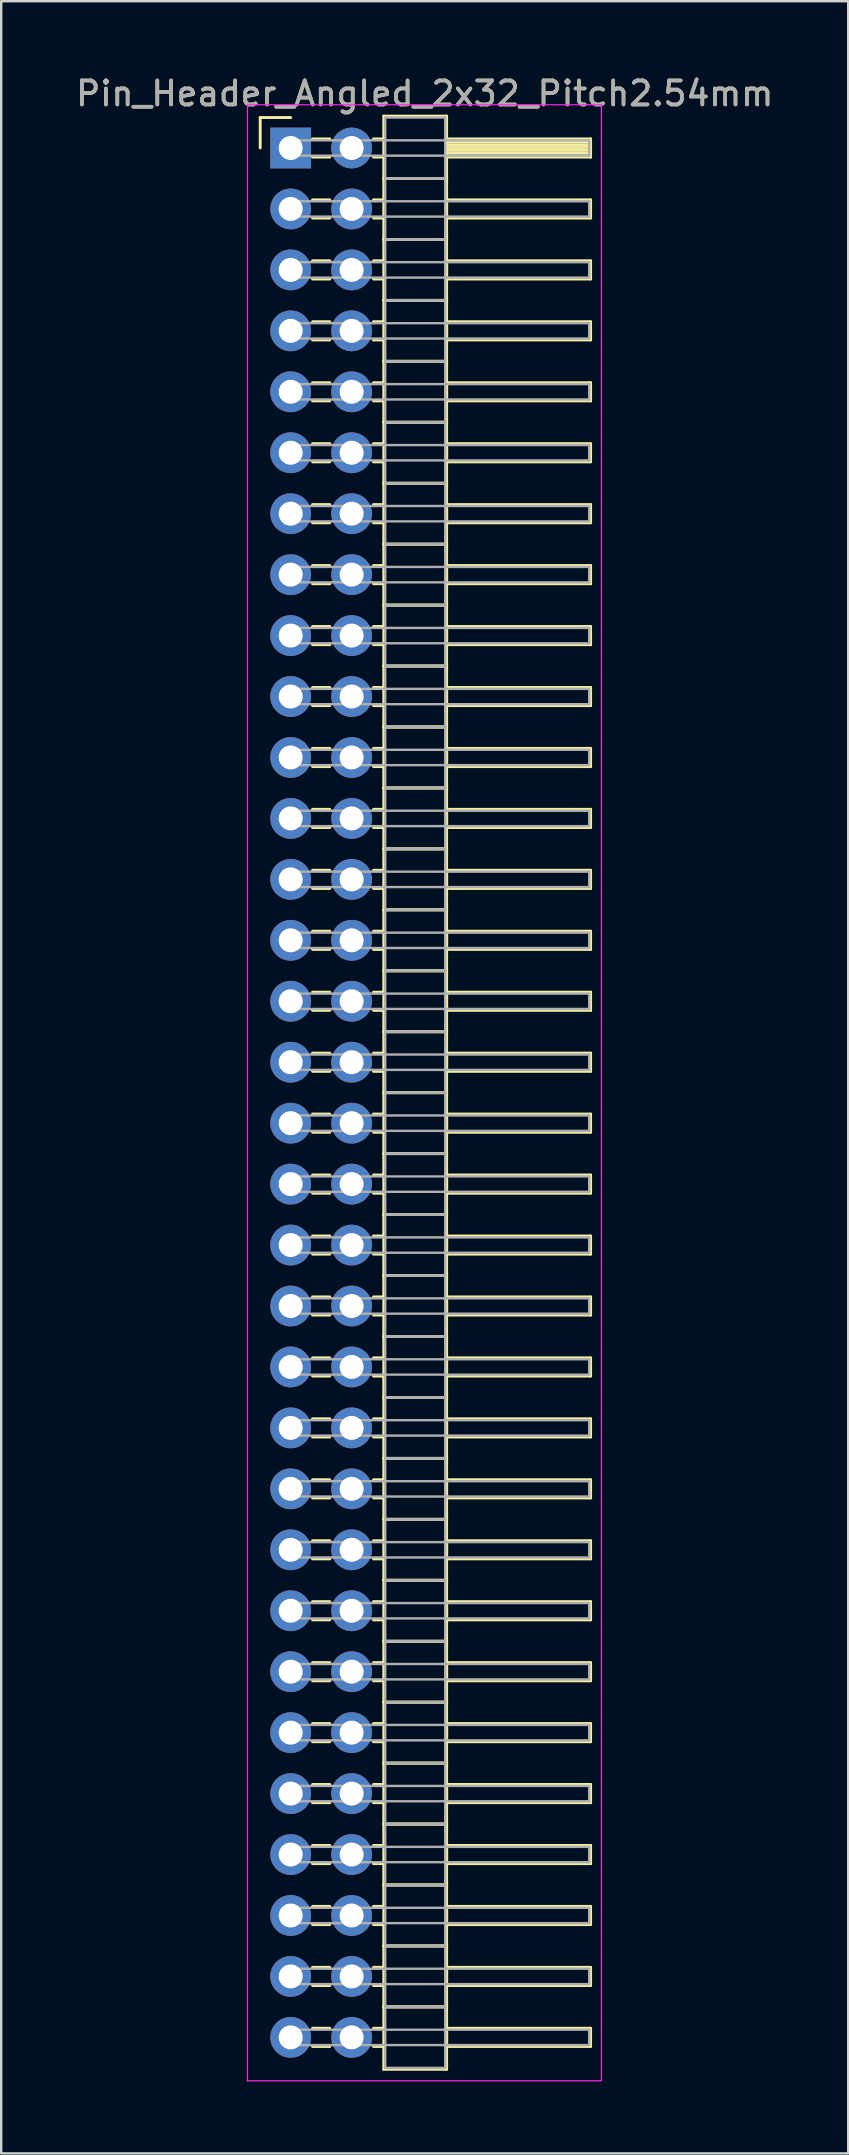
<source format=kicad_pcb>
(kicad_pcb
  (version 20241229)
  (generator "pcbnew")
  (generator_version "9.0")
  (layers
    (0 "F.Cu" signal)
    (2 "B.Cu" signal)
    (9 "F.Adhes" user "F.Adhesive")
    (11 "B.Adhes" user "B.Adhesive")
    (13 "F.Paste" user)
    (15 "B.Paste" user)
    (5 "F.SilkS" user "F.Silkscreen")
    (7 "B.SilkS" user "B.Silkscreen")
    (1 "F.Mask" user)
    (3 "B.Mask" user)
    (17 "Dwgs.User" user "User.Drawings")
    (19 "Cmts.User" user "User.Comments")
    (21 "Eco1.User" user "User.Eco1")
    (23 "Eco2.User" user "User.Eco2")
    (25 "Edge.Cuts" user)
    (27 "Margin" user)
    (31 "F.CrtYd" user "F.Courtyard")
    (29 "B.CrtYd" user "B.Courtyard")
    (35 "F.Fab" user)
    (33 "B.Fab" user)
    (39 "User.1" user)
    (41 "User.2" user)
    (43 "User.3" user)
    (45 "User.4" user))
  (footprint "Pin_Header_Angled_2x32_Pitch2.54mm"
    (layer "F.Cu")
    (at 9.064 3.118)
    (property "Reference" "Pin_Header_Angled_2x32_Pitch2.54mm" (at 5.585 -2.27 0) (layer "F.SilkS") (effects (font (size 1 1) (thickness 0.15))))
    (attr through_hole)
    (fp_line (start -1.27 -1.27) (end 0 -1.27) (stroke (width 0.12) (type solid)) (layer "F.SilkS"))
    (fp_line (start -1.27 0) (end -1.27 -1.27) (stroke (width 0.12) (type solid)) (layer "F.SilkS"))
    (fp_line (start 0.91 -0.38) (end 1.63 -0.38) (stroke (width 0.12) (type solid)) (layer "F.SilkS"))
    (fp_line (start 0.91 0.38) (end 1.63 0.38) (stroke (width 0.12) (type solid)) (layer "F.SilkS"))
    (fp_line (start 0.91 2.16) (end 1.63 2.16) (stroke (width 0.12) (type solid)) (layer "F.SilkS"))
    (fp_line (start 0.91 2.92) (end 1.63 2.92) (stroke (width 0.12) (type solid)) (layer "F.SilkS"))
    (fp_line (start 0.91 4.7) (end 1.63 4.7) (stroke (width 0.12) (type solid)) (layer "F.SilkS"))
    (fp_line (start 0.91 5.46) (end 1.63 5.46) (stroke (width 0.12) (type solid)) (layer "F.SilkS"))
    (fp_line (start 0.91 7.24) (end 1.63 7.24) (stroke (width 0.12) (type solid)) (layer "F.SilkS"))
    (fp_line (start 0.91 8) (end 1.63 8) (stroke (width 0.12) (type solid)) (layer "F.SilkS"))
    (fp_line (start 0.91 9.78) (end 1.63 9.78) (stroke (width 0.12) (type solid)) (layer "F.SilkS"))
    (fp_line (start 0.91 10.54) (end 1.63 10.54) (stroke (width 0.12) (type solid)) (layer "F.SilkS"))
    (fp_line (start 0.91 12.32) (end 1.63 12.32) (stroke (width 0.12) (type solid)) (layer "F.SilkS"))
    (fp_line (start 0.91 13.08) (end 1.63 13.08) (stroke (width 0.12) (type solid)) (layer "F.SilkS"))
    (fp_line (start 0.91 14.86) (end 1.63 14.86) (stroke (width 0.12) (type solid)) (layer "F.SilkS"))
    (fp_line (start 0.91 15.62) (end 1.63 15.62) (stroke (width 0.12) (type solid)) (layer "F.SilkS"))
    (fp_line (start 0.91 17.4) (end 1.63 17.4) (stroke (width 0.12) (type solid)) (layer "F.SilkS"))
    (fp_line (start 0.91 18.16) (end 1.63 18.16) (stroke (width 0.12) (type solid)) (layer "F.SilkS"))
    (fp_line (start 0.91 19.94) (end 1.63 19.94) (stroke (width 0.12) (type solid)) (layer "F.SilkS"))
    (fp_line (start 0.91 20.7) (end 1.63 20.7) (stroke (width 0.12) (type solid)) (layer "F.SilkS"))
    (fp_line (start 0.91 22.48) (end 1.63 22.48) (stroke (width 0.12) (type solid)) (layer "F.SilkS"))
    (fp_line (start 0.91 23.24) (end 1.63 23.24) (stroke (width 0.12) (type solid)) (layer "F.SilkS"))
    (fp_line (start 0.91 25.02) (end 1.63 25.02) (stroke (width 0.12) (type solid)) (layer "F.SilkS"))
    (fp_line (start 0.91 25.78) (end 1.63 25.78) (stroke (width 0.12) (type solid)) (layer "F.SilkS"))
    (fp_line (start 0.91 27.56) (end 1.63 27.56) (stroke (width 0.12) (type solid)) (layer "F.SilkS"))
    (fp_line (start 0.91 28.32) (end 1.63 28.32) (stroke (width 0.12) (type solid)) (layer "F.SilkS"))
    (fp_line (start 0.91 30.1) (end 1.63 30.1) (stroke (width 0.12) (type solid)) (layer "F.SilkS"))
    (fp_line (start 0.91 30.86) (end 1.63 30.86) (stroke (width 0.12) (type solid)) (layer "F.SilkS"))
    (fp_line (start 0.91 32.64) (end 1.63 32.64) (stroke (width 0.12) (type solid)) (layer "F.SilkS"))
    (fp_line (start 0.91 33.4) (end 1.63 33.4) (stroke (width 0.12) (type solid)) (layer "F.SilkS"))
    (fp_line (start 0.91 35.18) (end 1.63 35.18) (stroke (width 0.12) (type solid)) (layer "F.SilkS"))
    (fp_line (start 0.91 35.94) (end 1.63 35.94) (stroke (width 0.12) (type solid)) (layer "F.SilkS"))
    (fp_line (start 0.91 37.72) (end 1.63 37.72) (stroke (width 0.12) (type solid)) (layer "F.SilkS"))
    (fp_line (start 0.91 38.48) (end 1.63 38.48) (stroke (width 0.12) (type solid)) (layer "F.SilkS"))
    (fp_line (start 0.91 40.26) (end 1.63 40.26) (stroke (width 0.12) (type solid)) (layer "F.SilkS"))
    (fp_line (start 0.91 41.02) (end 1.63 41.02) (stroke (width 0.12) (type solid)) (layer "F.SilkS"))
    (fp_line (start 0.91 42.8) (end 1.63 42.8) (stroke (width 0.12) (type solid)) (layer "F.SilkS"))
    (fp_line (start 0.91 43.56) (end 1.63 43.56) (stroke (width 0.12) (type solid)) (layer "F.SilkS"))
    (fp_line (start 0.91 45.34) (end 1.63 45.34) (stroke (width 0.12) (type solid)) (layer "F.SilkS"))
    (fp_line (start 0.91 46.1) (end 1.63 46.1) (stroke (width 0.12) (type solid)) (layer "F.SilkS"))
    (fp_line (start 0.91 47.88) (end 1.63 47.88) (stroke (width 0.12) (type solid)) (layer "F.SilkS"))
    (fp_line (start 0.91 48.64) (end 1.63 48.64) (stroke (width 0.12) (type solid)) (layer "F.SilkS"))
    (fp_line (start 0.91 50.42) (end 1.63 50.42) (stroke (width 0.12) (type solid)) (layer "F.SilkS"))
    (fp_line (start 0.91 51.18) (end 1.63 51.18) (stroke (width 0.12) (type solid)) (layer "F.SilkS"))
    (fp_line (start 0.91 52.96) (end 1.63 52.96) (stroke (width 0.12) (type solid)) (layer "F.SilkS"))
    (fp_line (start 0.91 53.72) (end 1.63 53.72) (stroke (width 0.12) (type solid)) (layer "F.SilkS"))
    (fp_line (start 0.91 55.5) (end 1.63 55.5) (stroke (width 0.12) (type solid)) (layer "F.SilkS"))
    (fp_line (start 0.91 56.26) (end 1.63 56.26) (stroke (width 0.12) (type solid)) (layer "F.SilkS"))
    (fp_line (start 0.91 58.04) (end 1.63 58.04) (stroke (width 0.12) (type solid)) (layer "F.SilkS"))
    (fp_line (start 0.91 58.8) (end 1.63 58.8) (stroke (width 0.12) (type solid)) (layer "F.SilkS"))
    (fp_line (start 0.91 60.58) (end 1.63 60.58) (stroke (width 0.12) (type solid)) (layer "F.SilkS"))
    (fp_line (start 0.91 61.34) (end 1.63 61.34) (stroke (width 0.12) (type solid)) (layer "F.SilkS"))
    (fp_line (start 0.91 63.12) (end 1.63 63.12) (stroke (width 0.12) (type solid)) (layer "F.SilkS"))
    (fp_line (start 0.91 63.88) (end 1.63 63.88) (stroke (width 0.12) (type solid)) (layer "F.SilkS"))
    (fp_line (start 0.91 65.66) (end 1.63 65.66) (stroke (width 0.12) (type solid)) (layer "F.SilkS"))
    (fp_line (start 0.91 66.42) (end 1.63 66.42) (stroke (width 0.12) (type solid)) (layer "F.SilkS"))
    (fp_line (start 0.91 68.2) (end 1.63 68.2) (stroke (width 0.12) (type solid)) (layer "F.SilkS"))
    (fp_line (start 0.91 68.96) (end 1.63 68.96) (stroke (width 0.12) (type solid)) (layer "F.SilkS"))
    (fp_line (start 0.91 70.74) (end 1.63 70.74) (stroke (width 0.12) (type solid)) (layer "F.SilkS"))
    (fp_line (start 0.91 71.5) (end 1.63 71.5) (stroke (width 0.12) (type solid)) (layer "F.SilkS"))
    (fp_line (start 0.91 73.28) (end 1.63 73.28) (stroke (width 0.12) (type solid)) (layer "F.SilkS"))
    (fp_line (start 0.91 74.04) (end 1.63 74.04) (stroke (width 0.12) (type solid)) (layer "F.SilkS"))
    (fp_line (start 0.91 75.82) (end 1.63 75.82) (stroke (width 0.12) (type solid)) (layer "F.SilkS"))
    (fp_line (start 0.91 76.58) (end 1.63 76.58) (stroke (width 0.12) (type solid)) (layer "F.SilkS"))
    (fp_line (start 0.91 78.36) (end 1.63 78.36) (stroke (width 0.12) (type solid)) (layer "F.SilkS"))
    (fp_line (start 0.91 79.12) (end 1.63 79.12) (stroke (width 0.12) (type solid)) (layer "F.SilkS"))
    (fp_line (start 3.45 -0.38) (end 3.88 -0.38) (stroke (width 0.12) (type solid)) (layer "F.SilkS"))
    (fp_line (start 3.45 0.38) (end 3.88 0.38) (stroke (width 0.12) (type solid)) (layer "F.SilkS"))
    (fp_line (start 3.45 2.16) (end 3.88 2.16) (stroke (width 0.12) (type solid)) (layer "F.SilkS"))
    (fp_line (start 3.45 2.92) (end 3.88 2.92) (stroke (width 0.12) (type solid)) (layer "F.SilkS"))
    (fp_line (start 3.45 4.7) (end 3.88 4.7) (stroke (width 0.12) (type solid)) (layer "F.SilkS"))
    (fp_line (start 3.45 5.46) (end 3.88 5.46) (stroke (width 0.12) (type solid)) (layer "F.SilkS"))
    (fp_line (start 3.45 7.24) (end 3.88 7.24) (stroke (width 0.12) (type solid)) (layer "F.SilkS"))
    (fp_line (start 3.45 8) (end 3.88 8) (stroke (width 0.12) (type solid)) (layer "F.SilkS"))
    (fp_line (start 3.45 9.78) (end 3.88 9.78) (stroke (width 0.12) (type solid)) (layer "F.SilkS"))
    (fp_line (start 3.45 10.54) (end 3.88 10.54) (stroke (width 0.12) (type solid)) (layer "F.SilkS"))
    (fp_line (start 3.45 12.32) (end 3.88 12.32) (stroke (width 0.12) (type solid)) (layer "F.SilkS"))
    (fp_line (start 3.45 13.08) (end 3.88 13.08) (stroke (width 0.12) (type solid)) (layer "F.SilkS"))
    (fp_line (start 3.45 14.86) (end 3.88 14.86) (stroke (width 0.12) (type solid)) (layer "F.SilkS"))
    (fp_line (start 3.45 15.62) (end 3.88 15.62) (stroke (width 0.12) (type solid)) (layer "F.SilkS"))
    (fp_line (start 3.45 17.4) (end 3.88 17.4) (stroke (width 0.12) (type solid)) (layer "F.SilkS"))
    (fp_line (start 3.45 18.16) (end 3.88 18.16) (stroke (width 0.12) (type solid)) (layer "F.SilkS"))
    (fp_line (start 3.45 19.94) (end 3.88 19.94) (stroke (width 0.12) (type solid)) (layer "F.SilkS"))
    (fp_line (start 3.45 20.7) (end 3.88 20.7) (stroke (width 0.12) (type solid)) (layer "F.SilkS"))
    (fp_line (start 3.45 22.48) (end 3.88 22.48) (stroke (width 0.12) (type solid)) (layer "F.SilkS"))
    (fp_line (start 3.45 23.24) (end 3.88 23.24) (stroke (width 0.12) (type solid)) (layer "F.SilkS"))
    (fp_line (start 3.45 25.02) (end 3.88 25.02) (stroke (width 0.12) (type solid)) (layer "F.SilkS"))
    (fp_line (start 3.45 25.78) (end 3.88 25.78) (stroke (width 0.12) (type solid)) (layer "F.SilkS"))
    (fp_line (start 3.45 27.56) (end 3.88 27.56) (stroke (width 0.12) (type solid)) (layer "F.SilkS"))
    (fp_line (start 3.45 28.32) (end 3.88 28.32) (stroke (width 0.12) (type solid)) (layer "F.SilkS"))
    (fp_line (start 3.45 30.1) (end 3.88 30.1) (stroke (width 0.12) (type solid)) (layer "F.SilkS"))
    (fp_line (start 3.45 30.86) (end 3.88 30.86) (stroke (width 0.12) (type solid)) (layer "F.SilkS"))
    (fp_line (start 3.45 32.64) (end 3.88 32.64) (stroke (width 0.12) (type solid)) (layer "F.SilkS"))
    (fp_line (start 3.45 33.4) (end 3.88 33.4) (stroke (width 0.12) (type solid)) (layer "F.SilkS"))
    (fp_line (start 3.45 35.18) (end 3.88 35.18) (stroke (width 0.12) (type solid)) (layer "F.SilkS"))
    (fp_line (start 3.45 35.94) (end 3.88 35.94) (stroke (width 0.12) (type solid)) (layer "F.SilkS"))
    (fp_line (start 3.45 37.72) (end 3.88 37.72) (stroke (width 0.12) (type solid)) (layer "F.SilkS"))
    (fp_line (start 3.45 38.48) (end 3.88 38.48) (stroke (width 0.12) (type solid)) (layer "F.SilkS"))
    (fp_line (start 3.45 40.26) (end 3.88 40.26) (stroke (width 0.12) (type solid)) (layer "F.SilkS"))
    (fp_line (start 3.45 41.02) (end 3.88 41.02) (stroke (width 0.12) (type solid)) (layer "F.SilkS"))
    (fp_line (start 3.45 42.8) (end 3.88 42.8) (stroke (width 0.12) (type solid)) (layer "F.SilkS"))
    (fp_line (start 3.45 43.56) (end 3.88 43.56) (stroke (width 0.12) (type solid)) (layer "F.SilkS"))
    (fp_line (start 3.45 45.34) (end 3.88 45.34) (stroke (width 0.12) (type solid)) (layer "F.SilkS"))
    (fp_line (start 3.45 46.1) (end 3.88 46.1) (stroke (width 0.12) (type solid)) (layer "F.SilkS"))
    (fp_line (start 3.45 47.88) (end 3.88 47.88) (stroke (width 0.12) (type solid)) (layer "F.SilkS"))
    (fp_line (start 3.45 48.64) (end 3.88 48.64) (stroke (width 0.12) (type solid)) (layer "F.SilkS"))
    (fp_line (start 3.45 50.42) (end 3.88 50.42) (stroke (width 0.12) (type solid)) (layer "F.SilkS"))
    (fp_line (start 3.45 51.18) (end 3.88 51.18) (stroke (width 0.12) (type solid)) (layer "F.SilkS"))
    (fp_line (start 3.45 52.96) (end 3.88 52.96) (stroke (width 0.12) (type solid)) (layer "F.SilkS"))
    (fp_line (start 3.45 53.72) (end 3.88 53.72) (stroke (width 0.12) (type solid)) (layer "F.SilkS"))
    (fp_line (start 3.45 55.5) (end 3.88 55.5) (stroke (width 0.12) (type solid)) (layer "F.SilkS"))
    (fp_line (start 3.45 56.26) (end 3.88 56.26) (stroke (width 0.12) (type solid)) (layer "F.SilkS"))
    (fp_line (start 3.45 58.04) (end 3.88 58.04) (stroke (width 0.12) (type solid)) (layer "F.SilkS"))
    (fp_line (start 3.45 58.8) (end 3.88 58.8) (stroke (width 0.12) (type solid)) (layer "F.SilkS"))
    (fp_line (start 3.45 60.58) (end 3.88 60.58) (stroke (width 0.12) (type solid)) (layer "F.SilkS"))
    (fp_line (start 3.45 61.34) (end 3.88 61.34) (stroke (width 0.12) (type solid)) (layer "F.SilkS"))
    (fp_line (start 3.45 63.12) (end 3.88 63.12) (stroke (width 0.12) (type solid)) (layer "F.SilkS"))
    (fp_line (start 3.45 63.88) (end 3.88 63.88) (stroke (width 0.12) (type solid)) (layer "F.SilkS"))
    (fp_line (start 3.45 65.66) (end 3.88 65.66) (stroke (width 0.12) (type solid)) (layer "F.SilkS"))
    (fp_line (start 3.45 66.42) (end 3.88 66.42) (stroke (width 0.12) (type solid)) (layer "F.SilkS"))
    (fp_line (start 3.45 68.2) (end 3.88 68.2) (stroke (width 0.12) (type solid)) (layer "F.SilkS"))
    (fp_line (start 3.45 68.96) (end 3.88 68.96) (stroke (width 0.12) (type solid)) (layer "F.SilkS"))
    (fp_line (start 3.45 70.74) (end 3.88 70.74) (stroke (width 0.12) (type solid)) (layer "F.SilkS"))
    (fp_line (start 3.45 71.5) (end 3.88 71.5) (stroke (width 0.12) (type solid)) (layer "F.SilkS"))
    (fp_line (start 3.45 73.28) (end 3.88 73.28) (stroke (width 0.12) (type solid)) (layer "F.SilkS"))
    (fp_line (start 3.45 74.04) (end 3.88 74.04) (stroke (width 0.12) (type solid)) (layer "F.SilkS"))
    (fp_line (start 3.45 75.82) (end 3.88 75.82) (stroke (width 0.12) (type solid)) (layer "F.SilkS"))
    (fp_line (start 3.45 76.58) (end 3.88 76.58) (stroke (width 0.12) (type solid)) (layer "F.SilkS"))
    (fp_line (start 3.45 78.36) (end 3.88 78.36) (stroke (width 0.12) (type solid)) (layer "F.SilkS"))
    (fp_line (start 3.45 79.12) (end 3.88 79.12) (stroke (width 0.12) (type solid)) (layer "F.SilkS"))
    (fp_line (start 3.88 -1.33) (end 3.88 1.27) (stroke (width 0.12) (type solid)) (layer "F.SilkS"))
    (fp_line (start 3.88 1.27) (end 3.88 3.81) (stroke (width 0.12) (type solid)) (layer "F.SilkS"))
    (fp_line (start 3.88 1.27) (end 6.5 1.27) (stroke (width 0.12) (type solid)) (layer "F.SilkS"))
    (fp_line (start 3.88 3.81) (end 3.88 6.35) (stroke (width 0.12) (type solid)) (layer "F.SilkS"))
    (fp_line (start 3.88 3.81) (end 6.5 3.81) (stroke (width 0.12) (type solid)) (layer "F.SilkS"))
    (fp_line (start 3.88 6.35) (end 3.88 8.89) (stroke (width 0.12) (type solid)) (layer "F.SilkS"))
    (fp_line (start 3.88 6.35) (end 6.5 6.35) (stroke (width 0.12) (type solid)) (layer "F.SilkS"))
    (fp_line (start 3.88 8.89) (end 3.88 11.43) (stroke (width 0.12) (type solid)) (layer "F.SilkS"))
    (fp_line (start 3.88 8.89) (end 6.5 8.89) (stroke (width 0.12) (type solid)) (layer "F.SilkS"))
    (fp_line (start 3.88 11.43) (end 3.88 13.97) (stroke (width 0.12) (type solid)) (layer "F.SilkS"))
    (fp_line (start 3.88 11.43) (end 6.5 11.43) (stroke (width 0.12) (type solid)) (layer "F.SilkS"))
    (fp_line (start 3.88 13.97) (end 3.88 16.51) (stroke (width 0.12) (type solid)) (layer "F.SilkS"))
    (fp_line (start 3.88 13.97) (end 6.5 13.97) (stroke (width 0.12) (type solid)) (layer "F.SilkS"))
    (fp_line (start 3.88 16.51) (end 3.88 19.05) (stroke (width 0.12) (type solid)) (layer "F.SilkS"))
    (fp_line (start 3.88 16.51) (end 6.5 16.51) (stroke (width 0.12) (type solid)) (layer "F.SilkS"))
    (fp_line (start 3.88 19.05) (end 3.88 21.59) (stroke (width 0.12) (type solid)) (layer "F.SilkS"))
    (fp_line (start 3.88 19.05) (end 6.5 19.05) (stroke (width 0.12) (type solid)) (layer "F.SilkS"))
    (fp_line (start 3.88 21.59) (end 3.88 24.13) (stroke (width 0.12) (type solid)) (layer "F.SilkS"))
    (fp_line (start 3.88 21.59) (end 6.5 21.59) (stroke (width 0.12) (type solid)) (layer "F.SilkS"))
    (fp_line (start 3.88 24.13) (end 3.88 26.67) (stroke (width 0.12) (type solid)) (layer "F.SilkS"))
    (fp_line (start 3.88 24.13) (end 6.5 24.13) (stroke (width 0.12) (type solid)) (layer "F.SilkS"))
    (fp_line (start 3.88 26.67) (end 3.88 29.21) (stroke (width 0.12) (type solid)) (layer "F.SilkS"))
    (fp_line (start 3.88 26.67) (end 6.5 26.67) (stroke (width 0.12) (type solid)) (layer "F.SilkS"))
    (fp_line (start 3.88 29.21) (end 3.88 31.75) (stroke (width 0.12) (type solid)) (layer "F.SilkS"))
    (fp_line (start 3.88 29.21) (end 6.5 29.21) (stroke (width 0.12) (type solid)) (layer "F.SilkS"))
    (fp_line (start 3.88 31.75) (end 3.88 34.29) (stroke (width 0.12) (type solid)) (layer "F.SilkS"))
    (fp_line (start 3.88 31.75) (end 6.5 31.75) (stroke (width 0.12) (type solid)) (layer "F.SilkS"))
    (fp_line (start 3.88 34.29) (end 3.88 36.83) (stroke (width 0.12) (type solid)) (layer "F.SilkS"))
    (fp_line (start 3.88 34.29) (end 6.5 34.29) (stroke (width 0.12) (type solid)) (layer "F.SilkS"))
    (fp_line (start 3.88 36.83) (end 3.88 39.37) (stroke (width 0.12) (type solid)) (layer "F.SilkS"))
    (fp_line (start 3.88 36.83) (end 6.5 36.83) (stroke (width 0.12) (type solid)) (layer "F.SilkS"))
    (fp_line (start 3.88 39.37) (end 3.88 41.91) (stroke (width 0.12) (type solid)) (layer "F.SilkS"))
    (fp_line (start 3.88 39.37) (end 6.5 39.37) (stroke (width 0.12) (type solid)) (layer "F.SilkS"))
    (fp_line (start 3.88 41.91) (end 3.88 44.45) (stroke (width 0.12) (type solid)) (layer "F.SilkS"))
    (fp_line (start 3.88 41.91) (end 6.5 41.91) (stroke (width 0.12) (type solid)) (layer "F.SilkS"))
    (fp_line (start 3.88 44.45) (end 3.88 46.99) (stroke (width 0.12) (type solid)) (layer "F.SilkS"))
    (fp_line (start 3.88 44.45) (end 6.5 44.45) (stroke (width 0.12) (type solid)) (layer "F.SilkS"))
    (fp_line (start 3.88 46.99) (end 3.88 49.53) (stroke (width 0.12) (type solid)) (layer "F.SilkS"))
    (fp_line (start 3.88 46.99) (end 6.5 46.99) (stroke (width 0.12) (type solid)) (layer "F.SilkS"))
    (fp_line (start 3.88 49.53) (end 3.88 52.07) (stroke (width 0.12) (type solid)) (layer "F.SilkS"))
    (fp_line (start 3.88 49.53) (end 6.5 49.53) (stroke (width 0.12) (type solid)) (layer "F.SilkS"))
    (fp_line (start 3.88 52.07) (end 3.88 54.61) (stroke (width 0.12) (type solid)) (layer "F.SilkS"))
    (fp_line (start 3.88 52.07) (end 6.5 52.07) (stroke (width 0.12) (type solid)) (layer "F.SilkS"))
    (fp_line (start 3.88 54.61) (end 3.88 57.15) (stroke (width 0.12) (type solid)) (layer "F.SilkS"))
    (fp_line (start 3.88 54.61) (end 6.5 54.61) (stroke (width 0.12) (type solid)) (layer "F.SilkS"))
    (fp_line (start 3.88 57.15) (end 3.88 59.69) (stroke (width 0.12) (type solid)) (layer "F.SilkS"))
    (fp_line (start 3.88 57.15) (end 6.5 57.15) (stroke (width 0.12) (type solid)) (layer "F.SilkS"))
    (fp_line (start 3.88 59.69) (end 3.88 62.23) (stroke (width 0.12) (type solid)) (layer "F.SilkS"))
    (fp_line (start 3.88 59.69) (end 6.5 59.69) (stroke (width 0.12) (type solid)) (layer "F.SilkS"))
    (fp_line (start 3.88 62.23) (end 3.88 64.77) (stroke (width 0.12) (type solid)) (layer "F.SilkS"))
    (fp_line (start 3.88 62.23) (end 6.5 62.23) (stroke (width 0.12) (type solid)) (layer "F.SilkS"))
    (fp_line (start 3.88 64.77) (end 3.88 67.31) (stroke (width 0.12) (type solid)) (layer "F.SilkS"))
    (fp_line (start 3.88 64.77) (end 6.5 64.77) (stroke (width 0.12) (type solid)) (layer "F.SilkS"))
    (fp_line (start 3.88 67.31) (end 3.88 69.85) (stroke (width 0.12) (type solid)) (layer "F.SilkS"))
    (fp_line (start 3.88 67.31) (end 6.5 67.31) (stroke (width 0.12) (type solid)) (layer "F.SilkS"))
    (fp_line (start 3.88 69.85) (end 3.88 72.39) (stroke (width 0.12) (type solid)) (layer "F.SilkS"))
    (fp_line (start 3.88 69.85) (end 6.5 69.85) (stroke (width 0.12) (type solid)) (layer "F.SilkS"))
    (fp_line (start 3.88 72.39) (end 3.88 74.93) (stroke (width 0.12) (type solid)) (layer "F.SilkS"))
    (fp_line (start 3.88 72.39) (end 6.5 72.39) (stroke (width 0.12) (type solid)) (layer "F.SilkS"))
    (fp_line (start 3.88 74.93) (end 3.88 77.47) (stroke (width 0.12) (type solid)) (layer "F.SilkS"))
    (fp_line (start 3.88 74.93) (end 6.5 74.93) (stroke (width 0.12) (type solid)) (layer "F.SilkS"))
    (fp_line (start 3.88 77.47) (end 3.88 80.07) (stroke (width 0.12) (type solid)) (layer "F.SilkS"))
    (fp_line (start 3.88 77.47) (end 6.5 77.47) (stroke (width 0.12) (type solid)) (layer "F.SilkS"))
    (fp_line (start 3.88 80.07) (end 6.5 80.07) (stroke (width 0.12) (type solid)) (layer "F.SilkS"))
    (fp_line (start 6.5 -1.33) (end 3.88 -1.33) (stroke (width 0.12) (type solid)) (layer "F.SilkS"))
    (fp_line (start 6.5 -0.38) (end 6.5 0.38) (stroke (width 0.12) (type solid)) (layer "F.SilkS"))
    (fp_line (start 6.5 -0.26) (end 12.5 -0.26) (stroke (width 0.12) (type solid)) (layer "F.SilkS"))
    (fp_line (start 6.5 -0.14) (end 12.5 -0.14) (stroke (width 0.12) (type solid)) (layer "F.SilkS"))
    (fp_line (start 6.5 -0.02) (end 12.5 -0.02) (stroke (width 0.12) (type solid)) (layer "F.SilkS"))
    (fp_line (start 6.5 0.1) (end 12.5 0.1) (stroke (width 0.12) (type solid)) (layer "F.SilkS"))
    (fp_line (start 6.5 0.22) (end 12.5 0.22) (stroke (width 0.12) (type solid)) (layer "F.SilkS"))
    (fp_line (start 6.5 0.34) (end 12.5 0.34) (stroke (width 0.12) (type solid)) (layer "F.SilkS"))
    (fp_line (start 6.5 0.38) (end 12.5 0.38) (stroke (width 0.12) (type solid)) (layer "F.SilkS"))
    (fp_line (start 6.5 1.27) (end 3.88 1.27) (stroke (width 0.12) (type solid)) (layer "F.SilkS"))
    (fp_line (start 6.5 1.27) (end 6.5 -1.33) (stroke (width 0.12) (type solid)) (layer "F.SilkS"))
    (fp_line (start 6.5 2.16) (end 6.5 2.92) (stroke (width 0.12) (type solid)) (layer "F.SilkS"))
    (fp_line (start 6.5 2.92) (end 12.5 2.92) (stroke (width 0.12) (type solid)) (layer "F.SilkS"))
    (fp_line (start 6.5 3.81) (end 3.88 3.81) (stroke (width 0.12) (type solid)) (layer "F.SilkS"))
    (fp_line (start 6.5 3.81) (end 6.5 1.27) (stroke (width 0.12) (type solid)) (layer "F.SilkS"))
    (fp_line (start 6.5 4.7) (end 6.5 5.46) (stroke (width 0.12) (type solid)) (layer "F.SilkS"))
    (fp_line (start 6.5 5.46) (end 12.5 5.46) (stroke (width 0.12) (type solid)) (layer "F.SilkS"))
    (fp_line (start 6.5 6.35) (end 3.88 6.35) (stroke (width 0.12) (type solid)) (layer "F.SilkS"))
    (fp_line (start 6.5 6.35) (end 6.5 3.81) (stroke (width 0.12) (type solid)) (layer "F.SilkS"))
    (fp_line (start 6.5 7.24) (end 6.5 8) (stroke (width 0.12) (type solid)) (layer "F.SilkS"))
    (fp_line (start 6.5 8) (end 12.5 8) (stroke (width 0.12) (type solid)) (layer "F.SilkS"))
    (fp_line (start 6.5 8.89) (end 3.88 8.89) (stroke (width 0.12) (type solid)) (layer "F.SilkS"))
    (fp_line (start 6.5 8.89) (end 6.5 6.35) (stroke (width 0.12) (type solid)) (layer "F.SilkS"))
    (fp_line (start 6.5 9.78) (end 6.5 10.54) (stroke (width 0.12) (type solid)) (layer "F.SilkS"))
    (fp_line (start 6.5 10.54) (end 12.5 10.54) (stroke (width 0.12) (type solid)) (layer "F.SilkS"))
    (fp_line (start 6.5 11.43) (end 3.88 11.43) (stroke (width 0.12) (type solid)) (layer "F.SilkS"))
    (fp_line (start 6.5 11.43) (end 6.5 8.89) (stroke (width 0.12) (type solid)) (layer "F.SilkS"))
    (fp_line (start 6.5 12.32) (end 6.5 13.08) (stroke (width 0.12) (type solid)) (layer "F.SilkS"))
    (fp_line (start 6.5 13.08) (end 12.5 13.08) (stroke (width 0.12) (type solid)) (layer "F.SilkS"))
    (fp_line (start 6.5 13.97) (end 3.88 13.97) (stroke (width 0.12) (type solid)) (layer "F.SilkS"))
    (fp_line (start 6.5 13.97) (end 6.5 11.43) (stroke (width 0.12) (type solid)) (layer "F.SilkS"))
    (fp_line (start 6.5 14.86) (end 6.5 15.62) (stroke (width 0.12) (type solid)) (layer "F.SilkS"))
    (fp_line (start 6.5 15.62) (end 12.5 15.62) (stroke (width 0.12) (type solid)) (layer "F.SilkS"))
    (fp_line (start 6.5 16.51) (end 3.88 16.51) (stroke (width 0.12) (type solid)) (layer "F.SilkS"))
    (fp_line (start 6.5 16.51) (end 6.5 13.97) (stroke (width 0.12) (type solid)) (layer "F.SilkS"))
    (fp_line (start 6.5 17.4) (end 6.5 18.16) (stroke (width 0.12) (type solid)) (layer "F.SilkS"))
    (fp_line (start 6.5 18.16) (end 12.5 18.16) (stroke (width 0.12) (type solid)) (layer "F.SilkS"))
    (fp_line (start 6.5 19.05) (end 3.88 19.05) (stroke (width 0.12) (type solid)) (layer "F.SilkS"))
    (fp_line (start 6.5 19.05) (end 6.5 16.51) (stroke (width 0.12) (type solid)) (layer "F.SilkS"))
    (fp_line (start 6.5 19.94) (end 6.5 20.7) (stroke (width 0.12) (type solid)) (layer "F.SilkS"))
    (fp_line (start 6.5 20.7) (end 12.5 20.7) (stroke (width 0.12) (type solid)) (layer "F.SilkS"))
    (fp_line (start 6.5 21.59) (end 3.88 21.59) (stroke (width 0.12) (type solid)) (layer "F.SilkS"))
    (fp_line (start 6.5 21.59) (end 6.5 19.05) (stroke (width 0.12) (type solid)) (layer "F.SilkS"))
    (fp_line (start 6.5 22.48) (end 6.5 23.24) (stroke (width 0.12) (type solid)) (layer "F.SilkS"))
    (fp_line (start 6.5 23.24) (end 12.5 23.24) (stroke (width 0.12) (type solid)) (layer "F.SilkS"))
    (fp_line (start 6.5 24.13) (end 3.88 24.13) (stroke (width 0.12) (type solid)) (layer "F.SilkS"))
    (fp_line (start 6.5 24.13) (end 6.5 21.59) (stroke (width 0.12) (type solid)) (layer "F.SilkS"))
    (fp_line (start 6.5 25.02) (end 6.5 25.78) (stroke (width 0.12) (type solid)) (layer "F.SilkS"))
    (fp_line (start 6.5 25.78) (end 12.5 25.78) (stroke (width 0.12) (type solid)) (layer "F.SilkS"))
    (fp_line (start 6.5 26.67) (end 3.88 26.67) (stroke (width 0.12) (type solid)) (layer "F.SilkS"))
    (fp_line (start 6.5 26.67) (end 6.5 24.13) (stroke (width 0.12) (type solid)) (layer "F.SilkS"))
    (fp_line (start 6.5 27.56) (end 6.5 28.32) (stroke (width 0.12) (type solid)) (layer "F.SilkS"))
    (fp_line (start 6.5 28.32) (end 12.5 28.32) (stroke (width 0.12) (type solid)) (layer "F.SilkS"))
    (fp_line (start 6.5 29.21) (end 3.88 29.21) (stroke (width 0.12) (type solid)) (layer "F.SilkS"))
    (fp_line (start 6.5 29.21) (end 6.5 26.67) (stroke (width 0.12) (type solid)) (layer "F.SilkS"))
    (fp_line (start 6.5 30.1) (end 6.5 30.86) (stroke (width 0.12) (type solid)) (layer "F.SilkS"))
    (fp_line (start 6.5 30.86) (end 12.5 30.86) (stroke (width 0.12) (type solid)) (layer "F.SilkS"))
    (fp_line (start 6.5 31.75) (end 3.88 31.75) (stroke (width 0.12) (type solid)) (layer "F.SilkS"))
    (fp_line (start 6.5 31.75) (end 6.5 29.21) (stroke (width 0.12) (type solid)) (layer "F.SilkS"))
    (fp_line (start 6.5 32.64) (end 6.5 33.4) (stroke (width 0.12) (type solid)) (layer "F.SilkS"))
    (fp_line (start 6.5 33.4) (end 12.5 33.4) (stroke (width 0.12) (type solid)) (layer "F.SilkS"))
    (fp_line (start 6.5 34.29) (end 3.88 34.29) (stroke (width 0.12) (type solid)) (layer "F.SilkS"))
    (fp_line (start 6.5 34.29) (end 6.5 31.75) (stroke (width 0.12) (type solid)) (layer "F.SilkS"))
    (fp_line (start 6.5 35.18) (end 6.5 35.94) (stroke (width 0.12) (type solid)) (layer "F.SilkS"))
    (fp_line (start 6.5 35.94) (end 12.5 35.94) (stroke (width 0.12) (type solid)) (layer "F.SilkS"))
    (fp_line (start 6.5 36.83) (end 3.88 36.83) (stroke (width 0.12) (type solid)) (layer "F.SilkS"))
    (fp_line (start 6.5 36.83) (end 6.5 34.29) (stroke (width 0.12) (type solid)) (layer "F.SilkS"))
    (fp_line (start 6.5 37.72) (end 6.5 38.48) (stroke (width 0.12) (type solid)) (layer "F.SilkS"))
    (fp_line (start 6.5 38.48) (end 12.5 38.48) (stroke (width 0.12) (type solid)) (layer "F.SilkS"))
    (fp_line (start 6.5 39.37) (end 3.88 39.37) (stroke (width 0.12) (type solid)) (layer "F.SilkS"))
    (fp_line (start 6.5 39.37) (end 6.5 36.83) (stroke (width 0.12) (type solid)) (layer "F.SilkS"))
    (fp_line (start 6.5 40.26) (end 6.5 41.02) (stroke (width 0.12) (type solid)) (layer "F.SilkS"))
    (fp_line (start 6.5 41.02) (end 12.5 41.02) (stroke (width 0.12) (type solid)) (layer "F.SilkS"))
    (fp_line (start 6.5 41.91) (end 3.88 41.91) (stroke (width 0.12) (type solid)) (layer "F.SilkS"))
    (fp_line (start 6.5 41.91) (end 6.5 39.37) (stroke (width 0.12) (type solid)) (layer "F.SilkS"))
    (fp_line (start 6.5 42.8) (end 6.5 43.56) (stroke (width 0.12) (type solid)) (layer "F.SilkS"))
    (fp_line (start 6.5 43.56) (end 12.5 43.56) (stroke (width 0.12) (type solid)) (layer "F.SilkS"))
    (fp_line (start 6.5 44.45) (end 3.88 44.45) (stroke (width 0.12) (type solid)) (layer "F.SilkS"))
    (fp_line (start 6.5 44.45) (end 6.5 41.91) (stroke (width 0.12) (type solid)) (layer "F.SilkS"))
    (fp_line (start 6.5 45.34) (end 6.5 46.1) (stroke (width 0.12) (type solid)) (layer "F.SilkS"))
    (fp_line (start 6.5 46.1) (end 12.5 46.1) (stroke (width 0.12) (type solid)) (layer "F.SilkS"))
    (fp_line (start 6.5 46.99) (end 3.88 46.99) (stroke (width 0.12) (type solid)) (layer "F.SilkS"))
    (fp_line (start 6.5 46.99) (end 6.5 44.45) (stroke (width 0.12) (type solid)) (layer "F.SilkS"))
    (fp_line (start 6.5 47.88) (end 6.5 48.64) (stroke (width 0.12) (type solid)) (layer "F.SilkS"))
    (fp_line (start 6.5 48.64) (end 12.5 48.64) (stroke (width 0.12) (type solid)) (layer "F.SilkS"))
    (fp_line (start 6.5 49.53) (end 3.88 49.53) (stroke (width 0.12) (type solid)) (layer "F.SilkS"))
    (fp_line (start 6.5 49.53) (end 6.5 46.99) (stroke (width 0.12) (type solid)) (layer "F.SilkS"))
    (fp_line (start 6.5 50.42) (end 6.5 51.18) (stroke (width 0.12) (type solid)) (layer "F.SilkS"))
    (fp_line (start 6.5 51.18) (end 12.5 51.18) (stroke (width 0.12) (type solid)) (layer "F.SilkS"))
    (fp_line (start 6.5 52.07) (end 3.88 52.07) (stroke (width 0.12) (type solid)) (layer "F.SilkS"))
    (fp_line (start 6.5 52.07) (end 6.5 49.53) (stroke (width 0.12) (type solid)) (layer "F.SilkS"))
    (fp_line (start 6.5 52.96) (end 6.5 53.72) (stroke (width 0.12) (type solid)) (layer "F.SilkS"))
    (fp_line (start 6.5 53.72) (end 12.5 53.72) (stroke (width 0.12) (type solid)) (layer "F.SilkS"))
    (fp_line (start 6.5 54.61) (end 3.88 54.61) (stroke (width 0.12) (type solid)) (layer "F.SilkS"))
    (fp_line (start 6.5 54.61) (end 6.5 52.07) (stroke (width 0.12) (type solid)) (layer "F.SilkS"))
    (fp_line (start 6.5 55.5) (end 6.5 56.26) (stroke (width 0.12) (type solid)) (layer "F.SilkS"))
    (fp_line (start 6.5 56.26) (end 12.5 56.26) (stroke (width 0.12) (type solid)) (layer "F.SilkS"))
    (fp_line (start 6.5 57.15) (end 3.88 57.15) (stroke (width 0.12) (type solid)) (layer "F.SilkS"))
    (fp_line (start 6.5 57.15) (end 6.5 54.61) (stroke (width 0.12) (type solid)) (layer "F.SilkS"))
    (fp_line (start 6.5 58.04) (end 6.5 58.8) (stroke (width 0.12) (type solid)) (layer "F.SilkS"))
    (fp_line (start 6.5 58.8) (end 12.5 58.8) (stroke (width 0.12) (type solid)) (layer "F.SilkS"))
    (fp_line (start 6.5 59.69) (end 3.88 59.69) (stroke (width 0.12) (type solid)) (layer "F.SilkS"))
    (fp_line (start 6.5 59.69) (end 6.5 57.15) (stroke (width 0.12) (type solid)) (layer "F.SilkS"))
    (fp_line (start 6.5 60.58) (end 6.5 61.34) (stroke (width 0.12) (type solid)) (layer "F.SilkS"))
    (fp_line (start 6.5 61.34) (end 12.5 61.34) (stroke (width 0.12) (type solid)) (layer "F.SilkS"))
    (fp_line (start 6.5 62.23) (end 3.88 62.23) (stroke (width 0.12) (type solid)) (layer "F.SilkS"))
    (fp_line (start 6.5 62.23) (end 6.5 59.69) (stroke (width 0.12) (type solid)) (layer "F.SilkS"))
    (fp_line (start 6.5 63.12) (end 6.5 63.88) (stroke (width 0.12) (type solid)) (layer "F.SilkS"))
    (fp_line (start 6.5 63.88) (end 12.5 63.88) (stroke (width 0.12) (type solid)) (layer "F.SilkS"))
    (fp_line (start 6.5 64.77) (end 3.88 64.77) (stroke (width 0.12) (type solid)) (layer "F.SilkS"))
    (fp_line (start 6.5 64.77) (end 6.5 62.23) (stroke (width 0.12) (type solid)) (layer "F.SilkS"))
    (fp_line (start 6.5 65.66) (end 6.5 66.42) (stroke (width 0.12) (type solid)) (layer "F.SilkS"))
    (fp_line (start 6.5 66.42) (end 12.5 66.42) (stroke (width 0.12) (type solid)) (layer "F.SilkS"))
    (fp_line (start 6.5 67.31) (end 3.88 67.31) (stroke (width 0.12) (type solid)) (layer "F.SilkS"))
    (fp_line (start 6.5 67.31) (end 6.5 64.77) (stroke (width 0.12) (type solid)) (layer "F.SilkS"))
    (fp_line (start 6.5 68.2) (end 6.5 68.96) (stroke (width 0.12) (type solid)) (layer "F.SilkS"))
    (fp_line (start 6.5 68.96) (end 12.5 68.96) (stroke (width 0.12) (type solid)) (layer "F.SilkS"))
    (fp_line (start 6.5 69.85) (end 3.88 69.85) (stroke (width 0.12) (type solid)) (layer "F.SilkS"))
    (fp_line (start 6.5 69.85) (end 6.5 67.31) (stroke (width 0.12) (type solid)) (layer "F.SilkS"))
    (fp_line (start 6.5 70.74) (end 6.5 71.5) (stroke (width 0.12) (type solid)) (layer "F.SilkS"))
    (fp_line (start 6.5 71.5) (end 12.5 71.5) (stroke (width 0.12) (type solid)) (layer "F.SilkS"))
    (fp_line (start 6.5 72.39) (end 3.88 72.39) (stroke (width 0.12) (type solid)) (layer "F.SilkS"))
    (fp_line (start 6.5 72.39) (end 6.5 69.85) (stroke (width 0.12) (type solid)) (layer "F.SilkS"))
    (fp_line (start 6.5 73.28) (end 6.5 74.04) (stroke (width 0.12) (type solid)) (layer "F.SilkS"))
    (fp_line (start 6.5 74.04) (end 12.5 74.04) (stroke (width 0.12) (type solid)) (layer "F.SilkS"))
    (fp_line (start 6.5 74.93) (end 3.88 74.93) (stroke (width 0.12) (type solid)) (layer "F.SilkS"))
    (fp_line (start 6.5 74.93) (end 6.5 72.39) (stroke (width 0.12) (type solid)) (layer "F.SilkS"))
    (fp_line (start 6.5 75.82) (end 6.5 76.58) (stroke (width 0.12) (type solid)) (layer "F.SilkS"))
    (fp_line (start 6.5 76.58) (end 12.5 76.58) (stroke (width 0.12) (type solid)) (layer "F.SilkS"))
    (fp_line (start 6.5 77.47) (end 3.88 77.47) (stroke (width 0.12) (type solid)) (layer "F.SilkS"))
    (fp_line (start 6.5 77.47) (end 6.5 74.93) (stroke (width 0.12) (type solid)) (layer "F.SilkS"))
    (fp_line (start 6.5 78.36) (end 6.5 79.12) (stroke (width 0.12) (type solid)) (layer "F.SilkS"))
    (fp_line (start 6.5 79.12) (end 12.5 79.12) (stroke (width 0.12) (type solid)) (layer "F.SilkS"))
    (fp_line (start 6.5 80.07) (end 6.5 77.47) (stroke (width 0.12) (type solid)) (layer "F.SilkS"))
    (fp_line (start 12.5 -0.38) (end 6.5 -0.38) (stroke (width 0.12) (type solid)) (layer "F.SilkS"))
    (fp_line (start 12.5 0.38) (end 12.5 -0.38) (stroke (width 0.12) (type solid)) (layer "F.SilkS"))
    (fp_line (start 12.5 2.16) (end 6.5 2.16) (stroke (width 0.12) (type solid)) (layer "F.SilkS"))
    (fp_line (start 12.5 2.92) (end 12.5 2.16) (stroke (width 0.12) (type solid)) (layer "F.SilkS"))
    (fp_line (start 12.5 4.7) (end 6.5 4.7) (stroke (width 0.12) (type solid)) (layer "F.SilkS"))
    (fp_line (start 12.5 5.46) (end 12.5 4.7) (stroke (width 0.12) (type solid)) (layer "F.SilkS"))
    (fp_line (start 12.5 7.24) (end 6.5 7.24) (stroke (width 0.12) (type solid)) (layer "F.SilkS"))
    (fp_line (start 12.5 8) (end 12.5 7.24) (stroke (width 0.12) (type solid)) (layer "F.SilkS"))
    (fp_line (start 12.5 9.78) (end 6.5 9.78) (stroke (width 0.12) (type solid)) (layer "F.SilkS"))
    (fp_line (start 12.5 10.54) (end 12.5 9.78) (stroke (width 0.12) (type solid)) (layer "F.SilkS"))
    (fp_line (start 12.5 12.32) (end 6.5 12.32) (stroke (width 0.12) (type solid)) (layer "F.SilkS"))
    (fp_line (start 12.5 13.08) (end 12.5 12.32) (stroke (width 0.12) (type solid)) (layer "F.SilkS"))
    (fp_line (start 12.5 14.86) (end 6.5 14.86) (stroke (width 0.12) (type solid)) (layer "F.SilkS"))
    (fp_line (start 12.5 15.62) (end 12.5 14.86) (stroke (width 0.12) (type solid)) (layer "F.SilkS"))
    (fp_line (start 12.5 17.4) (end 6.5 17.4) (stroke (width 0.12) (type solid)) (layer "F.SilkS"))
    (fp_line (start 12.5 18.16) (end 12.5 17.4) (stroke (width 0.12) (type solid)) (layer "F.SilkS"))
    (fp_line (start 12.5 19.94) (end 6.5 19.94) (stroke (width 0.12) (type solid)) (layer "F.SilkS"))
    (fp_line (start 12.5 20.7) (end 12.5 19.94) (stroke (width 0.12) (type solid)) (layer "F.SilkS"))
    (fp_line (start 12.5 22.48) (end 6.5 22.48) (stroke (width 0.12) (type solid)) (layer "F.SilkS"))
    (fp_line (start 12.5 23.24) (end 12.5 22.48) (stroke (width 0.12) (type solid)) (layer "F.SilkS"))
    (fp_line (start 12.5 25.02) (end 6.5 25.02) (stroke (width 0.12) (type solid)) (layer "F.SilkS"))
    (fp_line (start 12.5 25.78) (end 12.5 25.02) (stroke (width 0.12) (type solid)) (layer "F.SilkS"))
    (fp_line (start 12.5 27.56) (end 6.5 27.56) (stroke (width 0.12) (type solid)) (layer "F.SilkS"))
    (fp_line (start 12.5 28.32) (end 12.5 27.56) (stroke (width 0.12) (type solid)) (layer "F.SilkS"))
    (fp_line (start 12.5 30.1) (end 6.5 30.1) (stroke (width 0.12) (type solid)) (layer "F.SilkS"))
    (fp_line (start 12.5 30.86) (end 12.5 30.1) (stroke (width 0.12) (type solid)) (layer "F.SilkS"))
    (fp_line (start 12.5 32.64) (end 6.5 32.64) (stroke (width 0.12) (type solid)) (layer "F.SilkS"))
    (fp_line (start 12.5 33.4) (end 12.5 32.64) (stroke (width 0.12) (type solid)) (layer "F.SilkS"))
    (fp_line (start 12.5 35.18) (end 6.5 35.18) (stroke (width 0.12) (type solid)) (layer "F.SilkS"))
    (fp_line (start 12.5 35.94) (end 12.5 35.18) (stroke (width 0.12) (type solid)) (layer "F.SilkS"))
    (fp_line (start 12.5 37.72) (end 6.5 37.72) (stroke (width 0.12) (type solid)) (layer "F.SilkS"))
    (fp_line (start 12.5 38.48) (end 12.5 37.72) (stroke (width 0.12) (type solid)) (layer "F.SilkS"))
    (fp_line (start 12.5 40.26) (end 6.5 40.26) (stroke (width 0.12) (type solid)) (layer "F.SilkS"))
    (fp_line (start 12.5 41.02) (end 12.5 40.26) (stroke (width 0.12) (type solid)) (layer "F.SilkS"))
    (fp_line (start 12.5 42.8) (end 6.5 42.8) (stroke (width 0.12) (type solid)) (layer "F.SilkS"))
    (fp_line (start 12.5 43.56) (end 12.5 42.8) (stroke (width 0.12) (type solid)) (layer "F.SilkS"))
    (fp_line (start 12.5 45.34) (end 6.5 45.34) (stroke (width 0.12) (type solid)) (layer "F.SilkS"))
    (fp_line (start 12.5 46.1) (end 12.5 45.34) (stroke (width 0.12) (type solid)) (layer "F.SilkS"))
    (fp_line (start 12.5 47.88) (end 6.5 47.88) (stroke (width 0.12) (type solid)) (layer "F.SilkS"))
    (fp_line (start 12.5 48.64) (end 12.5 47.88) (stroke (width 0.12) (type solid)) (layer "F.SilkS"))
    (fp_line (start 12.5 50.42) (end 6.5 50.42) (stroke (width 0.12) (type solid)) (layer "F.SilkS"))
    (fp_line (start 12.5 51.18) (end 12.5 50.42) (stroke (width 0.12) (type solid)) (layer "F.SilkS"))
    (fp_line (start 12.5 52.96) (end 6.5 52.96) (stroke (width 0.12) (type solid)) (layer "F.SilkS"))
    (fp_line (start 12.5 53.72) (end 12.5 52.96) (stroke (width 0.12) (type solid)) (layer "F.SilkS"))
    (fp_line (start 12.5 55.5) (end 6.5 55.5) (stroke (width 0.12) (type solid)) (layer "F.SilkS"))
    (fp_line (start 12.5 56.26) (end 12.5 55.5) (stroke (width 0.12) (type solid)) (layer "F.SilkS"))
    (fp_line (start 12.5 58.04) (end 6.5 58.04) (stroke (width 0.12) (type solid)) (layer "F.SilkS"))
    (fp_line (start 12.5 58.8) (end 12.5 58.04) (stroke (width 0.12) (type solid)) (layer "F.SilkS"))
    (fp_line (start 12.5 60.58) (end 6.5 60.58) (stroke (width 0.12) (type solid)) (layer "F.SilkS"))
    (fp_line (start 12.5 61.34) (end 12.5 60.58) (stroke (width 0.12) (type solid)) (layer "F.SilkS"))
    (fp_line (start 12.5 63.12) (end 6.5 63.12) (stroke (width 0.12) (type solid)) (layer "F.SilkS"))
    (fp_line (start 12.5 63.88) (end 12.5 63.12) (stroke (width 0.12) (type solid)) (layer "F.SilkS"))
    (fp_line (start 12.5 65.66) (end 6.5 65.66) (stroke (width 0.12) (type solid)) (layer "F.SilkS"))
    (fp_line (start 12.5 66.42) (end 12.5 65.66) (stroke (width 0.12) (type solid)) (layer "F.SilkS"))
    (fp_line (start 12.5 68.2) (end 6.5 68.2) (stroke (width 0.12) (type solid)) (layer "F.SilkS"))
    (fp_line (start 12.5 68.96) (end 12.5 68.2) (stroke (width 0.12) (type solid)) (layer "F.SilkS"))
    (fp_line (start 12.5 70.74) (end 6.5 70.74) (stroke (width 0.12) (type solid)) (layer "F.SilkS"))
    (fp_line (start 12.5 71.5) (end 12.5 70.74) (stroke (width 0.12) (type solid)) (layer "F.SilkS"))
    (fp_line (start 12.5 73.28) (end 6.5 73.28) (stroke (width 0.12) (type solid)) (layer "F.SilkS"))
    (fp_line (start 12.5 74.04) (end 12.5 73.28) (stroke (width 0.12) (type solid)) (layer "F.SilkS"))
    (fp_line (start 12.5 75.82) (end 6.5 75.82) (stroke (width 0.12) (type solid)) (layer "F.SilkS"))
    (fp_line (start 12.5 76.58) (end 12.5 75.82) (stroke (width 0.12) (type solid)) (layer "F.SilkS"))
    (fp_line (start 12.5 78.36) (end 6.5 78.36) (stroke (width 0.12) (type solid)) (layer "F.SilkS"))
    (fp_line (start 12.5 79.12) (end 12.5 78.36) (stroke (width 0.12) (type solid)) (layer "F.SilkS"))
    (fp_line (start -1.8 -1.8) (end -1.8 80.55) (stroke (width 0.05) (type solid)) (layer "F.CrtYd"))
    (fp_line (start -1.8 80.55) (end 12.95 80.55) (stroke (width 0.05) (type solid)) (layer "F.CrtYd"))
    (fp_line (start 12.95 -1.8) (end -1.8 -1.8) (stroke (width 0.05) (type solid)) (layer "F.CrtYd"))
    (fp_line (start 12.95 80.55) (end 12.95 -1.8) (stroke (width 0.05) (type solid)) (layer "F.CrtYd"))
    (fp_line (start 0 -0.32) (end 0 0.32) (stroke (width 0.1) (type solid)) (layer "F.Fab"))
    (fp_line (start 0 0.32) (end 12.44 0.32) (stroke (width 0.1) (type solid)) (layer "F.Fab"))
    (fp_line (start 0 2.22) (end 0 2.86) (stroke (width 0.1) (type solid)) (layer "F.Fab"))
    (fp_line (start 0 2.86) (end 12.44 2.86) (stroke (width 0.1) (type solid)) (layer "F.Fab"))
    (fp_line (start 0 4.76) (end 0 5.4) (stroke (width 0.1) (type solid)) (layer "F.Fab"))
    (fp_line (start 0 5.4) (end 12.44 5.4) (stroke (width 0.1) (type solid)) (layer "F.Fab"))
    (fp_line (start 0 7.3) (end 0 7.94) (stroke (width 0.1) (type solid)) (layer "F.Fab"))
    (fp_line (start 0 7.94) (end 12.44 7.94) (stroke (width 0.1) (type solid)) (layer "F.Fab"))
    (fp_line (start 0 9.84) (end 0 10.48) (stroke (width 0.1) (type solid)) (layer "F.Fab"))
    (fp_line (start 0 10.48) (end 12.44 10.48) (stroke (width 0.1) (type solid)) (layer "F.Fab"))
    (fp_line (start 0 12.38) (end 0 13.02) (stroke (width 0.1) (type solid)) (layer "F.Fab"))
    (fp_line (start 0 13.02) (end 12.44 13.02) (stroke (width 0.1) (type solid)) (layer "F.Fab"))
    (fp_line (start 0 14.92) (end 0 15.56) (stroke (width 0.1) (type solid)) (layer "F.Fab"))
    (fp_line (start 0 15.56) (end 12.44 15.56) (stroke (width 0.1) (type solid)) (layer "F.Fab"))
    (fp_line (start 0 17.46) (end 0 18.1) (stroke (width 0.1) (type solid)) (layer "F.Fab"))
    (fp_line (start 0 18.1) (end 12.44 18.1) (stroke (width 0.1) (type solid)) (layer "F.Fab"))
    (fp_line (start 0 20) (end 0 20.64) (stroke (width 0.1) (type solid)) (layer "F.Fab"))
    (fp_line (start 0 20.64) (end 12.44 20.64) (stroke (width 0.1) (type solid)) (layer "F.Fab"))
    (fp_line (start 0 22.54) (end 0 23.18) (stroke (width 0.1) (type solid)) (layer "F.Fab"))
    (fp_line (start 0 23.18) (end 12.44 23.18) (stroke (width 0.1) (type solid)) (layer "F.Fab"))
    (fp_line (start 0 25.08) (end 0 25.72) (stroke (width 0.1) (type solid)) (layer "F.Fab"))
    (fp_line (start 0 25.72) (end 12.44 25.72) (stroke (width 0.1) (type solid)) (layer "F.Fab"))
    (fp_line (start 0 27.62) (end 0 28.26) (stroke (width 0.1) (type solid)) (layer "F.Fab"))
    (fp_line (start 0 28.26) (end 12.44 28.26) (stroke (width 0.1) (type solid)) (layer "F.Fab"))
    (fp_line (start 0 30.16) (end 0 30.8) (stroke (width 0.1) (type solid)) (layer "F.Fab"))
    (fp_line (start 0 30.8) (end 12.44 30.8) (stroke (width 0.1) (type solid)) (layer "F.Fab"))
    (fp_line (start 0 32.7) (end 0 33.34) (stroke (width 0.1) (type solid)) (layer "F.Fab"))
    (fp_line (start 0 33.34) (end 12.44 33.34) (stroke (width 0.1) (type solid)) (layer "F.Fab"))
    (fp_line (start 0 35.24) (end 0 35.88) (stroke (width 0.1) (type solid)) (layer "F.Fab"))
    (fp_line (start 0 35.88) (end 12.44 35.88) (stroke (width 0.1) (type solid)) (layer "F.Fab"))
    (fp_line (start 0 37.78) (end 0 38.42) (stroke (width 0.1) (type solid)) (layer "F.Fab"))
    (fp_line (start 0 38.42) (end 12.44 38.42) (stroke (width 0.1) (type solid)) (layer "F.Fab"))
    (fp_line (start 0 40.32) (end 0 40.96) (stroke (width 0.1) (type solid)) (layer "F.Fab"))
    (fp_line (start 0 40.96) (end 12.44 40.96) (stroke (width 0.1) (type solid)) (layer "F.Fab"))
    (fp_line (start 0 42.86) (end 0 43.5) (stroke (width 0.1) (type solid)) (layer "F.Fab"))
    (fp_line (start 0 43.5) (end 12.44 43.5) (stroke (width 0.1) (type solid)) (layer "F.Fab"))
    (fp_line (start 0 45.4) (end 0 46.04) (stroke (width 0.1) (type solid)) (layer "F.Fab"))
    (fp_line (start 0 46.04) (end 12.44 46.04) (stroke (width 0.1) (type solid)) (layer "F.Fab"))
    (fp_line (start 0 47.94) (end 0 48.58) (stroke (width 0.1) (type solid)) (layer "F.Fab"))
    (fp_line (start 0 48.58) (end 12.44 48.58) (stroke (width 0.1) (type solid)) (layer "F.Fab"))
    (fp_line (start 0 50.48) (end 0 51.12) (stroke (width 0.1) (type solid)) (layer "F.Fab"))
    (fp_line (start 0 51.12) (end 12.44 51.12) (stroke (width 0.1) (type solid)) (layer "F.Fab"))
    (fp_line (start 0 53.02) (end 0 53.66) (stroke (width 0.1) (type solid)) (layer "F.Fab"))
    (fp_line (start 0 53.66) (end 12.44 53.66) (stroke (width 0.1) (type solid)) (layer "F.Fab"))
    (fp_line (start 0 55.56) (end 0 56.2) (stroke (width 0.1) (type solid)) (layer "F.Fab"))
    (fp_line (start 0 56.2) (end 12.44 56.2) (stroke (width 0.1) (type solid)) (layer "F.Fab"))
    (fp_line (start 0 58.1) (end 0 58.74) (stroke (width 0.1) (type solid)) (layer "F.Fab"))
    (fp_line (start 0 58.74) (end 12.44 58.74) (stroke (width 0.1) (type solid)) (layer "F.Fab"))
    (fp_line (start 0 60.64) (end 0 61.28) (stroke (width 0.1) (type solid)) (layer "F.Fab"))
    (fp_line (start 0 61.28) (end 12.44 61.28) (stroke (width 0.1) (type solid)) (layer "F.Fab"))
    (fp_line (start 0 63.18) (end 0 63.82) (stroke (width 0.1) (type solid)) (layer "F.Fab"))
    (fp_line (start 0 63.82) (end 12.44 63.82) (stroke (width 0.1) (type solid)) (layer "F.Fab"))
    (fp_line (start 0 65.72) (end 0 66.36) (stroke (width 0.1) (type solid)) (layer "F.Fab"))
    (fp_line (start 0 66.36) (end 12.44 66.36) (stroke (width 0.1) (type solid)) (layer "F.Fab"))
    (fp_line (start 0 68.26) (end 0 68.9) (stroke (width 0.1) (type solid)) (layer "F.Fab"))
    (fp_line (start 0 68.9) (end 12.44 68.9) (stroke (width 0.1) (type solid)) (layer "F.Fab"))
    (fp_line (start 0 70.8) (end 0 71.44) (stroke (width 0.1) (type solid)) (layer "F.Fab"))
    (fp_line (start 0 71.44) (end 12.44 71.44) (stroke (width 0.1) (type solid)) (layer "F.Fab"))
    (fp_line (start 0 73.34) (end 0 73.98) (stroke (width 0.1) (type solid)) (layer "F.Fab"))
    (fp_line (start 0 73.98) (end 12.44 73.98) (stroke (width 0.1) (type solid)) (layer "F.Fab"))
    (fp_line (start 0 75.88) (end 0 76.52) (stroke (width 0.1) (type solid)) (layer "F.Fab"))
    (fp_line (start 0 76.52) (end 12.44 76.52) (stroke (width 0.1) (type solid)) (layer "F.Fab"))
    (fp_line (start 0 78.42) (end 0 79.06) (stroke (width 0.1) (type solid)) (layer "F.Fab"))
    (fp_line (start 0 79.06) (end 12.44 79.06) (stroke (width 0.1) (type solid)) (layer "F.Fab"))
    (fp_line (start 3.94 -1.27) (end 3.94 1.27) (stroke (width 0.1) (type solid)) (layer "F.Fab"))
    (fp_line (start 3.94 1.27) (end 3.94 3.81) (stroke (width 0.1) (type solid)) (layer "F.Fab"))
    (fp_line (start 3.94 1.27) (end 6.44 1.27) (stroke (width 0.1) (type solid)) (layer "F.Fab"))
    (fp_line (start 3.94 3.81) (end 3.94 6.35) (stroke (width 0.1) (type solid)) (layer "F.Fab"))
    (fp_line (start 3.94 3.81) (end 6.44 3.81) (stroke (width 0.1) (type solid)) (layer "F.Fab"))
    (fp_line (start 3.94 6.35) (end 3.94 8.89) (stroke (width 0.1) (type solid)) (layer "F.Fab"))
    (fp_line (start 3.94 6.35) (end 6.44 6.35) (stroke (width 0.1) (type solid)) (layer "F.Fab"))
    (fp_line (start 3.94 8.89) (end 3.94 11.43) (stroke (width 0.1) (type solid)) (layer "F.Fab"))
    (fp_line (start 3.94 8.89) (end 6.44 8.89) (stroke (width 0.1) (type solid)) (layer "F.Fab"))
    (fp_line (start 3.94 11.43) (end 3.94 13.97) (stroke (width 0.1) (type solid)) (layer "F.Fab"))
    (fp_line (start 3.94 11.43) (end 6.44 11.43) (stroke (width 0.1) (type solid)) (layer "F.Fab"))
    (fp_line (start 3.94 13.97) (end 3.94 16.51) (stroke (width 0.1) (type solid)) (layer "F.Fab"))
    (fp_line (start 3.94 13.97) (end 6.44 13.97) (stroke (width 0.1) (type solid)) (layer "F.Fab"))
    (fp_line (start 3.94 16.51) (end 3.94 19.05) (stroke (width 0.1) (type solid)) (layer "F.Fab"))
    (fp_line (start 3.94 16.51) (end 6.44 16.51) (stroke (width 0.1) (type solid)) (layer "F.Fab"))
    (fp_line (start 3.94 19.05) (end 3.94 21.59) (stroke (width 0.1) (type solid)) (layer "F.Fab"))
    (fp_line (start 3.94 19.05) (end 6.44 19.05) (stroke (width 0.1) (type solid)) (layer "F.Fab"))
    (fp_line (start 3.94 21.59) (end 3.94 24.13) (stroke (width 0.1) (type solid)) (layer "F.Fab"))
    (fp_line (start 3.94 21.59) (end 6.44 21.59) (stroke (width 0.1) (type solid)) (layer "F.Fab"))
    (fp_line (start 3.94 24.13) (end 3.94 26.67) (stroke (width 0.1) (type solid)) (layer "F.Fab"))
    (fp_line (start 3.94 24.13) (end 6.44 24.13) (stroke (width 0.1) (type solid)) (layer "F.Fab"))
    (fp_line (start 3.94 26.67) (end 3.94 29.21) (stroke (width 0.1) (type solid)) (layer "F.Fab"))
    (fp_line (start 3.94 26.67) (end 6.44 26.67) (stroke (width 0.1) (type solid)) (layer "F.Fab"))
    (fp_line (start 3.94 29.21) (end 3.94 31.75) (stroke (width 0.1) (type solid)) (layer "F.Fab"))
    (fp_line (start 3.94 29.21) (end 6.44 29.21) (stroke (width 0.1) (type solid)) (layer "F.Fab"))
    (fp_line (start 3.94 31.75) (end 3.94 34.29) (stroke (width 0.1) (type solid)) (layer "F.Fab"))
    (fp_line (start 3.94 31.75) (end 6.44 31.75) (stroke (width 0.1) (type solid)) (layer "F.Fab"))
    (fp_line (start 3.94 34.29) (end 3.94 36.83) (stroke (width 0.1) (type solid)) (layer "F.Fab"))
    (fp_line (start 3.94 34.29) (end 6.44 34.29) (stroke (width 0.1) (type solid)) (layer "F.Fab"))
    (fp_line (start 3.94 36.83) (end 3.94 39.37) (stroke (width 0.1) (type solid)) (layer "F.Fab"))
    (fp_line (start 3.94 36.83) (end 6.44 36.83) (stroke (width 0.1) (type solid)) (layer "F.Fab"))
    (fp_line (start 3.94 39.37) (end 3.94 41.91) (stroke (width 0.1) (type solid)) (layer "F.Fab"))
    (fp_line (start 3.94 39.37) (end 6.44 39.37) (stroke (width 0.1) (type solid)) (layer "F.Fab"))
    (fp_line (start 3.94 41.91) (end 3.94 44.45) (stroke (width 0.1) (type solid)) (layer "F.Fab"))
    (fp_line (start 3.94 41.91) (end 6.44 41.91) (stroke (width 0.1) (type solid)) (layer "F.Fab"))
    (fp_line (start 3.94 44.45) (end 3.94 46.99) (stroke (width 0.1) (type solid)) (layer "F.Fab"))
    (fp_line (start 3.94 44.45) (end 6.44 44.45) (stroke (width 0.1) (type solid)) (layer "F.Fab"))
    (fp_line (start 3.94 46.99) (end 3.94 49.53) (stroke (width 0.1) (type solid)) (layer "F.Fab"))
    (fp_line (start 3.94 46.99) (end 6.44 46.99) (stroke (width 0.1) (type solid)) (layer "F.Fab"))
    (fp_line (start 3.94 49.53) (end 3.94 52.07) (stroke (width 0.1) (type solid)) (layer "F.Fab"))
    (fp_line (start 3.94 49.53) (end 6.44 49.53) (stroke (width 0.1) (type solid)) (layer "F.Fab"))
    (fp_line (start 3.94 52.07) (end 3.94 54.61) (stroke (width 0.1) (type solid)) (layer "F.Fab"))
    (fp_line (start 3.94 52.07) (end 6.44 52.07) (stroke (width 0.1) (type solid)) (layer "F.Fab"))
    (fp_line (start 3.94 54.61) (end 3.94 57.15) (stroke (width 0.1) (type solid)) (layer "F.Fab"))
    (fp_line (start 3.94 54.61) (end 6.44 54.61) (stroke (width 0.1) (type solid)) (layer "F.Fab"))
    (fp_line (start 3.94 57.15) (end 3.94 59.69) (stroke (width 0.1) (type solid)) (layer "F.Fab"))
    (fp_line (start 3.94 57.15) (end 6.44 57.15) (stroke (width 0.1) (type solid)) (layer "F.Fab"))
    (fp_line (start 3.94 59.69) (end 3.94 62.23) (stroke (width 0.1) (type solid)) (layer "F.Fab"))
    (fp_line (start 3.94 59.69) (end 6.44 59.69) (stroke (width 0.1) (type solid)) (layer "F.Fab"))
    (fp_line (start 3.94 62.23) (end 3.94 64.77) (stroke (width 0.1) (type solid)) (layer "F.Fab"))
    (fp_line (start 3.94 62.23) (end 6.44 62.23) (stroke (width 0.1) (type solid)) (layer "F.Fab"))
    (fp_line (start 3.94 64.77) (end 3.94 67.31) (stroke (width 0.1) (type solid)) (layer "F.Fab"))
    (fp_line (start 3.94 64.77) (end 6.44 64.77) (stroke (width 0.1) (type solid)) (layer "F.Fab"))
    (fp_line (start 3.94 67.31) (end 3.94 69.85) (stroke (width 0.1) (type solid)) (layer "F.Fab"))
    (fp_line (start 3.94 67.31) (end 6.44 67.31) (stroke (width 0.1) (type solid)) (layer "F.Fab"))
    (fp_line (start 3.94 69.85) (end 3.94 72.39) (stroke (width 0.1) (type solid)) (layer "F.Fab"))
    (fp_line (start 3.94 69.85) (end 6.44 69.85) (stroke (width 0.1) (type solid)) (layer "F.Fab"))
    (fp_line (start 3.94 72.39) (end 3.94 74.93) (stroke (width 0.1) (type solid)) (layer "F.Fab"))
    (fp_line (start 3.94 72.39) (end 6.44 72.39) (stroke (width 0.1) (type solid)) (layer "F.Fab"))
    (fp_line (start 3.94 74.93) (end 3.94 77.47) (stroke (width 0.1) (type solid)) (layer "F.Fab"))
    (fp_line (start 3.94 74.93) (end 6.44 74.93) (stroke (width 0.1) (type solid)) (layer "F.Fab"))
    (fp_line (start 3.94 77.47) (end 3.94 80.01) (stroke (width 0.1) (type solid)) (layer "F.Fab"))
    (fp_line (start 3.94 77.47) (end 6.44 77.47) (stroke (width 0.1) (type solid)) (layer "F.Fab"))
    (fp_line (start 3.94 80.01) (end 6.44 80.01) (stroke (width 0.1) (type solid)) (layer "F.Fab"))
    (fp_line (start 6.44 -1.27) (end 3.94 -1.27) (stroke (width 0.1) (type solid)) (layer "F.Fab"))
    (fp_line (start 6.44 1.27) (end 3.94 1.27) (stroke (width 0.1) (type solid)) (layer "F.Fab"))
    (fp_line (start 6.44 1.27) (end 6.44 -1.27) (stroke (width 0.1) (type solid)) (layer "F.Fab"))
    (fp_line (start 6.44 3.81) (end 3.94 3.81) (stroke (width 0.1) (type solid)) (layer "F.Fab"))
    (fp_line (start 6.44 3.81) (end 6.44 1.27) (stroke (width 0.1) (type solid)) (layer "F.Fab"))
    (fp_line (start 6.44 6.35) (end 3.94 6.35) (stroke (width 0.1) (type solid)) (layer "F.Fab"))
    (fp_line (start 6.44 6.35) (end 6.44 3.81) (stroke (width 0.1) (type solid)) (layer "F.Fab"))
    (fp_line (start 6.44 8.89) (end 3.94 8.89) (stroke (width 0.1) (type solid)) (layer "F.Fab"))
    (fp_line (start 6.44 8.89) (end 6.44 6.35) (stroke (width 0.1) (type solid)) (layer "F.Fab"))
    (fp_line (start 6.44 11.43) (end 3.94 11.43) (stroke (width 0.1) (type solid)) (layer "F.Fab"))
    (fp_line (start 6.44 11.43) (end 6.44 8.89) (stroke (width 0.1) (type solid)) (layer "F.Fab"))
    (fp_line (start 6.44 13.97) (end 3.94 13.97) (stroke (width 0.1) (type solid)) (layer "F.Fab"))
    (fp_line (start 6.44 13.97) (end 6.44 11.43) (stroke (width 0.1) (type solid)) (layer "F.Fab"))
    (fp_line (start 6.44 16.51) (end 3.94 16.51) (stroke (width 0.1) (type solid)) (layer "F.Fab"))
    (fp_line (start 6.44 16.51) (end 6.44 13.97) (stroke (width 0.1) (type solid)) (layer "F.Fab"))
    (fp_line (start 6.44 19.05) (end 3.94 19.05) (stroke (width 0.1) (type solid)) (layer "F.Fab"))
    (fp_line (start 6.44 19.05) (end 6.44 16.51) (stroke (width 0.1) (type solid)) (layer "F.Fab"))
    (fp_line (start 6.44 21.59) (end 3.94 21.59) (stroke (width 0.1) (type solid)) (layer "F.Fab"))
    (fp_line (start 6.44 21.59) (end 6.44 19.05) (stroke (width 0.1) (type solid)) (layer "F.Fab"))
    (fp_line (start 6.44 24.13) (end 3.94 24.13) (stroke (width 0.1) (type solid)) (layer "F.Fab"))
    (fp_line (start 6.44 24.13) (end 6.44 21.59) (stroke (width 0.1) (type solid)) (layer "F.Fab"))
    (fp_line (start 6.44 26.67) (end 3.94 26.67) (stroke (width 0.1) (type solid)) (layer "F.Fab"))
    (fp_line (start 6.44 26.67) (end 6.44 24.13) (stroke (width 0.1) (type solid)) (layer "F.Fab"))
    (fp_line (start 6.44 29.21) (end 3.94 29.21) (stroke (width 0.1) (type solid)) (layer "F.Fab"))
    (fp_line (start 6.44 29.21) (end 6.44 26.67) (stroke (width 0.1) (type solid)) (layer "F.Fab"))
    (fp_line (start 6.44 31.75) (end 3.94 31.75) (stroke (width 0.1) (type solid)) (layer "F.Fab"))
    (fp_line (start 6.44 31.75) (end 6.44 29.21) (stroke (width 0.1) (type solid)) (layer "F.Fab"))
    (fp_line (start 6.44 34.29) (end 3.94 34.29) (stroke (width 0.1) (type solid)) (layer "F.Fab"))
    (fp_line (start 6.44 34.29) (end 6.44 31.75) (stroke (width 0.1) (type solid)) (layer "F.Fab"))
    (fp_line (start 6.44 36.83) (end 3.94 36.83) (stroke (width 0.1) (type solid)) (layer "F.Fab"))
    (fp_line (start 6.44 36.83) (end 6.44 34.29) (stroke (width 0.1) (type solid)) (layer "F.Fab"))
    (fp_line (start 6.44 39.37) (end 3.94 39.37) (stroke (width 0.1) (type solid)) (layer "F.Fab"))
    (fp_line (start 6.44 39.37) (end 6.44 36.83) (stroke (width 0.1) (type solid)) (layer "F.Fab"))
    (fp_line (start 6.44 41.91) (end 3.94 41.91) (stroke (width 0.1) (type solid)) (layer "F.Fab"))
    (fp_line (start 6.44 41.91) (end 6.44 39.37) (stroke (width 0.1) (type solid)) (layer "F.Fab"))
    (fp_line (start 6.44 44.45) (end 3.94 44.45) (stroke (width 0.1) (type solid)) (layer "F.Fab"))
    (fp_line (start 6.44 44.45) (end 6.44 41.91) (stroke (width 0.1) (type solid)) (layer "F.Fab"))
    (fp_line (start 6.44 46.99) (end 3.94 46.99) (stroke (width 0.1) (type solid)) (layer "F.Fab"))
    (fp_line (start 6.44 46.99) (end 6.44 44.45) (stroke (width 0.1) (type solid)) (layer "F.Fab"))
    (fp_line (start 6.44 49.53) (end 3.94 49.53) (stroke (width 0.1) (type solid)) (layer "F.Fab"))
    (fp_line (start 6.44 49.53) (end 6.44 46.99) (stroke (width 0.1) (type solid)) (layer "F.Fab"))
    (fp_line (start 6.44 52.07) (end 3.94 52.07) (stroke (width 0.1) (type solid)) (layer "F.Fab"))
    (fp_line (start 6.44 52.07) (end 6.44 49.53) (stroke (width 0.1) (type solid)) (layer "F.Fab"))
    (fp_line (start 6.44 54.61) (end 3.94 54.61) (stroke (width 0.1) (type solid)) (layer "F.Fab"))
    (fp_line (start 6.44 54.61) (end 6.44 52.07) (stroke (width 0.1) (type solid)) (layer "F.Fab"))
    (fp_line (start 6.44 57.15) (end 3.94 57.15) (stroke (width 0.1) (type solid)) (layer "F.Fab"))
    (fp_line (start 6.44 57.15) (end 6.44 54.61) (stroke (width 0.1) (type solid)) (layer "F.Fab"))
    (fp_line (start 6.44 59.69) (end 3.94 59.69) (stroke (width 0.1) (type solid)) (layer "F.Fab"))
    (fp_line (start 6.44 59.69) (end 6.44 57.15) (stroke (width 0.1) (type solid)) (layer "F.Fab"))
    (fp_line (start 6.44 62.23) (end 3.94 62.23) (stroke (width 0.1) (type solid)) (layer "F.Fab"))
    (fp_line (start 6.44 62.23) (end 6.44 59.69) (stroke (width 0.1) (type solid)) (layer "F.Fab"))
    (fp_line (start 6.44 64.77) (end 3.94 64.77) (stroke (width 0.1) (type solid)) (layer "F.Fab"))
    (fp_line (start 6.44 64.77) (end 6.44 62.23) (stroke (width 0.1) (type solid)) (layer "F.Fab"))
    (fp_line (start 6.44 67.31) (end 3.94 67.31) (stroke (width 0.1) (type solid)) (layer "F.Fab"))
    (fp_line (start 6.44 67.31) (end 6.44 64.77) (stroke (width 0.1) (type solid)) (layer "F.Fab"))
    (fp_line (start 6.44 69.85) (end 3.94 69.85) (stroke (width 0.1) (type solid)) (layer "F.Fab"))
    (fp_line (start 6.44 69.85) (end 6.44 67.31) (stroke (width 0.1) (type solid)) (layer "F.Fab"))
    (fp_line (start 6.44 72.39) (end 3.94 72.39) (stroke (width 0.1) (type solid)) (layer "F.Fab"))
    (fp_line (start 6.44 72.39) (end 6.44 69.85) (stroke (width 0.1) (type solid)) (layer "F.Fab"))
    (fp_line (start 6.44 74.93) (end 3.94 74.93) (stroke (width 0.1) (type solid)) (layer "F.Fab"))
    (fp_line (start 6.44 74.93) (end 6.44 72.39) (stroke (width 0.1) (type solid)) (layer "F.Fab"))
    (fp_line (start 6.44 77.47) (end 3.94 77.47) (stroke (width 0.1) (type solid)) (layer "F.Fab"))
    (fp_line (start 6.44 77.47) (end 6.44 74.93) (stroke (width 0.1) (type solid)) (layer "F.Fab"))
    (fp_line (start 6.44 80.01) (end 6.44 77.47) (stroke (width 0.1) (type solid)) (layer "F.Fab"))
    (fp_line (start 12.44 -0.32) (end 0 -0.32) (stroke (width 0.1) (type solid)) (layer "F.Fab"))
    (fp_line (start 12.44 0.32) (end 12.44 -0.32) (stroke (width 0.1) (type solid)) (layer "F.Fab"))
    (fp_line (start 12.44 2.22) (end 0 2.22) (stroke (width 0.1) (type solid)) (layer "F.Fab"))
    (fp_line (start 12.44 2.86) (end 12.44 2.22) (stroke (width 0.1) (type solid)) (layer "F.Fab"))
    (fp_line (start 12.44 4.76) (end 0 4.76) (stroke (width 0.1) (type solid)) (layer "F.Fab"))
    (fp_line (start 12.44 5.4) (end 12.44 4.76) (stroke (width 0.1) (type solid)) (layer "F.Fab"))
    (fp_line (start 12.44 7.3) (end 0 7.3) (stroke (width 0.1) (type solid)) (layer "F.Fab"))
    (fp_line (start 12.44 7.94) (end 12.44 7.3) (stroke (width 0.1) (type solid)) (layer "F.Fab"))
    (fp_line (start 12.44 9.84) (end 0 9.84) (stroke (width 0.1) (type solid)) (layer "F.Fab"))
    (fp_line (start 12.44 10.48) (end 12.44 9.84) (stroke (width 0.1) (type solid)) (layer "F.Fab"))
    (fp_line (start 12.44 12.38) (end 0 12.38) (stroke (width 0.1) (type solid)) (layer "F.Fab"))
    (fp_line (start 12.44 13.02) (end 12.44 12.38) (stroke (width 0.1) (type solid)) (layer "F.Fab"))
    (fp_line (start 12.44 14.92) (end 0 14.92) (stroke (width 0.1) (type solid)) (layer "F.Fab"))
    (fp_line (start 12.44 15.56) (end 12.44 14.92) (stroke (width 0.1) (type solid)) (layer "F.Fab"))
    (fp_line (start 12.44 17.46) (end 0 17.46) (stroke (width 0.1) (type solid)) (layer "F.Fab"))
    (fp_line (start 12.44 18.1) (end 12.44 17.46) (stroke (width 0.1) (type solid)) (layer "F.Fab"))
    (fp_line (start 12.44 20) (end 0 20) (stroke (width 0.1) (type solid)) (layer "F.Fab"))
    (fp_line (start 12.44 20.64) (end 12.44 20) (stroke (width 0.1) (type solid)) (layer "F.Fab"))
    (fp_line (start 12.44 22.54) (end 0 22.54) (stroke (width 0.1) (type solid)) (layer "F.Fab"))
    (fp_line (start 12.44 23.18) (end 12.44 22.54) (stroke (width 0.1) (type solid)) (layer "F.Fab"))
    (fp_line (start 12.44 25.08) (end 0 25.08) (stroke (width 0.1) (type solid)) (layer "F.Fab"))
    (fp_line (start 12.44 25.72) (end 12.44 25.08) (stroke (width 0.1) (type solid)) (layer "F.Fab"))
    (fp_line (start 12.44 27.62) (end 0 27.62) (stroke (width 0.1) (type solid)) (layer "F.Fab"))
    (fp_line (start 12.44 28.26) (end 12.44 27.62) (stroke (width 0.1) (type solid)) (layer "F.Fab"))
    (fp_line (start 12.44 30.16) (end 0 30.16) (stroke (width 0.1) (type solid)) (layer "F.Fab"))
    (fp_line (start 12.44 30.8) (end 12.44 30.16) (stroke (width 0.1) (type solid)) (layer "F.Fab"))
    (fp_line (start 12.44 32.7) (end 0 32.7) (stroke (width 0.1) (type solid)) (layer "F.Fab"))
    (fp_line (start 12.44 33.34) (end 12.44 32.7) (stroke (width 0.1) (type solid)) (layer "F.Fab"))
    (fp_line (start 12.44 35.24) (end 0 35.24) (stroke (width 0.1) (type solid)) (layer "F.Fab"))
    (fp_line (start 12.44 35.88) (end 12.44 35.24) (stroke (width 0.1) (type solid)) (layer "F.Fab"))
    (fp_line (start 12.44 37.78) (end 0 37.78) (stroke (width 0.1) (type solid)) (layer "F.Fab"))
    (fp_line (start 12.44 38.42) (end 12.44 37.78) (stroke (width 0.1) (type solid)) (layer "F.Fab"))
    (fp_line (start 12.44 40.32) (end 0 40.32) (stroke (width 0.1) (type solid)) (layer "F.Fab"))
    (fp_line (start 12.44 40.96) (end 12.44 40.32) (stroke (width 0.1) (type solid)) (layer "F.Fab"))
    (fp_line (start 12.44 42.86) (end 0 42.86) (stroke (width 0.1) (type solid)) (layer "F.Fab"))
    (fp_line (start 12.44 43.5) (end 12.44 42.86) (stroke (width 0.1) (type solid)) (layer "F.Fab"))
    (fp_line (start 12.44 45.4) (end 0 45.4) (stroke (width 0.1) (type solid)) (layer "F.Fab"))
    (fp_line (start 12.44 46.04) (end 12.44 45.4) (stroke (width 0.1) (type solid)) (layer "F.Fab"))
    (fp_line (start 12.44 47.94) (end 0 47.94) (stroke (width 0.1) (type solid)) (layer "F.Fab"))
    (fp_line (start 12.44 48.58) (end 12.44 47.94) (stroke (width 0.1) (type solid)) (layer "F.Fab"))
    (fp_line (start 12.44 50.48) (end 0 50.48) (stroke (width 0.1) (type solid)) (layer "F.Fab"))
    (fp_line (start 12.44 51.12) (end 12.44 50.48) (stroke (width 0.1) (type solid)) (layer "F.Fab"))
    (fp_line (start 12.44 53.02) (end 0 53.02) (stroke (width 0.1) (type solid)) (layer "F.Fab"))
    (fp_line (start 12.44 53.66) (end 12.44 53.02) (stroke (width 0.1) (type solid)) (layer "F.Fab"))
    (fp_line (start 12.44 55.56) (end 0 55.56) (stroke (width 0.1) (type solid)) (layer "F.Fab"))
    (fp_line (start 12.44 56.2) (end 12.44 55.56) (stroke (width 0.1) (type solid)) (layer "F.Fab"))
    (fp_line (start 12.44 58.1) (end 0 58.1) (stroke (width 0.1) (type solid)) (layer "F.Fab"))
    (fp_line (start 12.44 58.74) (end 12.44 58.1) (stroke (width 0.1) (type solid)) (layer "F.Fab"))
    (fp_line (start 12.44 60.64) (end 0 60.64) (stroke (width 0.1) (type solid)) (layer "F.Fab"))
    (fp_line (start 12.44 61.28) (end 12.44 60.64) (stroke (width 0.1) (type solid)) (layer "F.Fab"))
    (fp_line (start 12.44 63.18) (end 0 63.18) (stroke (width 0.1) (type solid)) (layer "F.Fab"))
    (fp_line (start 12.44 63.82) (end 12.44 63.18) (stroke (width 0.1) (type solid)) (layer "F.Fab"))
    (fp_line (start 12.44 65.72) (end 0 65.72) (stroke (width 0.1) (type solid)) (layer "F.Fab"))
    (fp_line (start 12.44 66.36) (end 12.44 65.72) (stroke (width 0.1) (type solid)) (layer "F.Fab"))
    (fp_line (start 12.44 68.26) (end 0 68.26) (stroke (width 0.1) (type solid)) (layer "F.Fab"))
    (fp_line (start 12.44 68.9) (end 12.44 68.26) (stroke (width 0.1) (type solid)) (layer "F.Fab"))
    (fp_line (start 12.44 70.8) (end 0 70.8) (stroke (width 0.1) (type solid)) (layer "F.Fab"))
    (fp_line (start 12.44 71.44) (end 12.44 70.8) (stroke (width 0.1) (type solid)) (layer "F.Fab"))
    (fp_line (start 12.44 73.34) (end 0 73.34) (stroke (width 0.1) (type solid)) (layer "F.Fab"))
    (fp_line (start 12.44 73.98) (end 12.44 73.34) (stroke (width 0.1) (type solid)) (layer "F.Fab"))
    (fp_line (start 12.44 75.88) (end 0 75.88) (stroke (width 0.1) (type solid)) (layer "F.Fab"))
    (fp_line (start 12.44 76.52) (end 12.44 75.88) (stroke (width 0.1) (type solid)) (layer "F.Fab"))
    (fp_line (start 12.44 78.42) (end 0 78.42) (stroke (width 0.1) (type solid)) (layer "F.Fab"))
    (fp_line (start 12.44 79.06) (end 12.44 78.42) (stroke (width 0.1) (type solid)) (layer "F.Fab"))
    (fp_text user "${REFERENCE}" (at 5.585 -2.27 0) (layer "F.Fab") (effects (font (size 1 1) (thickness 0.15))))
    (pad "1" thru_hole rect (at 0 0) (size 1.7 1.7) (drill 1) (layers "*.Cu" "*.Mask"))
    (pad "2" thru_hole oval (at 2.54 0) (size 1.7 1.7) (drill 1) (layers "*.Cu" "*.Mask"))
    (pad "3" thru_hole oval (at 0 2.54) (size 1.7 1.7) (drill 1) (layers "*.Cu" "*.Mask"))
    (pad "4" thru_hole oval (at 2.54 2.54) (size 1.7 1.7) (drill 1) (layers "*.Cu" "*.Mask"))
    (pad "5" thru_hole oval (at 0 5.08) (size 1.7 1.7) (drill 1) (layers "*.Cu" "*.Mask"))
    (pad "6" thru_hole oval (at 2.54 5.08) (size 1.7 1.7) (drill 1) (layers "*.Cu" "*.Mask"))
    (pad "7" thru_hole oval (at 0 7.62) (size 1.7 1.7) (drill 1) (layers "*.Cu" "*.Mask"))
    (pad "8" thru_hole oval (at 2.54 7.62) (size 1.7 1.7) (drill 1) (layers "*.Cu" "*.Mask"))
    (pad "9" thru_hole oval (at 0 10.16) (size 1.7 1.7) (drill 1) (layers "*.Cu" "*.Mask"))
    (pad "10" thru_hole oval (at 2.54 10.16) (size 1.7 1.7) (drill 1) (layers "*.Cu" "*.Mask"))
    (pad "11" thru_hole oval (at 0 12.7) (size 1.7 1.7) (drill 1) (layers "*.Cu" "*.Mask"))
    (pad "12" thru_hole oval (at 2.54 12.7) (size 1.7 1.7) (drill 1) (layers "*.Cu" "*.Mask"))
    (pad "13" thru_hole oval (at 0 15.24) (size 1.7 1.7) (drill 1) (layers "*.Cu" "*.Mask"))
    (pad "14" thru_hole oval (at 2.54 15.24) (size 1.7 1.7) (drill 1) (layers "*.Cu" "*.Mask"))
    (pad "15" thru_hole oval (at 0 17.78) (size 1.7 1.7) (drill 1) (layers "*.Cu" "*.Mask"))
    (pad "16" thru_hole oval (at 2.54 17.78) (size 1.7 1.7) (drill 1) (layers "*.Cu" "*.Mask"))
    (pad "17" thru_hole oval (at 0 20.32) (size 1.7 1.7) (drill 1) (layers "*.Cu" "*.Mask"))
    (pad "18" thru_hole oval (at 2.54 20.32) (size 1.7 1.7) (drill 1) (layers "*.Cu" "*.Mask"))
    (pad "19" thru_hole oval (at 0 22.86) (size 1.7 1.7) (drill 1) (layers "*.Cu" "*.Mask"))
    (pad "20" thru_hole oval (at 2.54 22.86) (size 1.7 1.7) (drill 1) (layers "*.Cu" "*.Mask"))
    (pad "21" thru_hole oval (at 0 25.4) (size 1.7 1.7) (drill 1) (layers "*.Cu" "*.Mask"))
    (pad "22" thru_hole oval (at 2.54 25.4) (size 1.7 1.7) (drill 1) (layers "*.Cu" "*.Mask"))
    (pad "23" thru_hole oval (at 0 27.94) (size 1.7 1.7) (drill 1) (layers "*.Cu" "*.Mask"))
    (pad "24" thru_hole oval (at 2.54 27.94) (size 1.7 1.7) (drill 1) (layers "*.Cu" "*.Mask"))
    (pad "25" thru_hole oval (at 0 30.48) (size 1.7 1.7) (drill 1) (layers "*.Cu" "*.Mask"))
    (pad "26" thru_hole oval (at 2.54 30.48) (size 1.7 1.7) (drill 1) (layers "*.Cu" "*.Mask"))
    (pad "27" thru_hole oval (at 0 33.02) (size 1.7 1.7) (drill 1) (layers "*.Cu" "*.Mask"))
    (pad "28" thru_hole oval (at 2.54 33.02) (size 1.7 1.7) (drill 1) (layers "*.Cu" "*.Mask"))
    (pad "29" thru_hole oval (at 0 35.56) (size 1.7 1.7) (drill 1) (layers "*.Cu" "*.Mask"))
    (pad "30" thru_hole oval (at 2.54 35.56) (size 1.7 1.7) (drill 1) (layers "*.Cu" "*.Mask"))
    (pad "31" thru_hole oval (at 0 38.1) (size 1.7 1.7) (drill 1) (layers "*.Cu" "*.Mask"))
    (pad "32" thru_hole oval (at 2.54 38.1) (size 1.7 1.7) (drill 1) (layers "*.Cu" "*.Mask"))
    (pad "33" thru_hole oval (at 0 40.64) (size 1.7 1.7) (drill 1) (layers "*.Cu" "*.Mask"))
    (pad "34" thru_hole oval (at 2.54 40.64) (size 1.7 1.7) (drill 1) (layers "*.Cu" "*.Mask"))
    (pad "35" thru_hole oval (at 0 43.18) (size 1.7 1.7) (drill 1) (layers "*.Cu" "*.Mask"))
    (pad "36" thru_hole oval (at 2.54 43.18) (size 1.7 1.7) (drill 1) (layers "*.Cu" "*.Mask"))
    (pad "37" thru_hole oval (at 0 45.72) (size 1.7 1.7) (drill 1) (layers "*.Cu" "*.Mask"))
    (pad "38" thru_hole oval (at 2.54 45.72) (size 1.7 1.7) (drill 1) (layers "*.Cu" "*.Mask"))
    (pad "39" thru_hole oval (at 0 48.26) (size 1.7 1.7) (drill 1) (layers "*.Cu" "*.Mask"))
    (pad "40" thru_hole oval (at 2.54 48.26) (size 1.7 1.7) (drill 1) (layers "*.Cu" "*.Mask"))
    (pad "41" thru_hole oval (at 0 50.8) (size 1.7 1.7) (drill 1) (layers "*.Cu" "*.Mask"))
    (pad "42" thru_hole oval (at 2.54 50.8) (size 1.7 1.7) (drill 1) (layers "*.Cu" "*.Mask"))
    (pad "43" thru_hole oval (at 0 53.34) (size 1.7 1.7) (drill 1) (layers "*.Cu" "*.Mask"))
    (pad "44" thru_hole oval (at 2.54 53.34) (size 1.7 1.7) (drill 1) (layers "*.Cu" "*.Mask"))
    (pad "45" thru_hole oval (at 0 55.88) (size 1.7 1.7) (drill 1) (layers "*.Cu" "*.Mask"))
    (pad "46" thru_hole oval (at 2.54 55.88) (size 1.7 1.7) (drill 1) (layers "*.Cu" "*.Mask"))
    (pad "47" thru_hole oval (at 0 58.42) (size 1.7 1.7) (drill 1) (layers "*.Cu" "*.Mask"))
    (pad "48" thru_hole oval (at 2.54 58.42) (size 1.7 1.7) (drill 1) (layers "*.Cu" "*.Mask"))
    (pad "49" thru_hole oval (at 0 60.96) (size 1.7 1.7) (drill 1) (layers "*.Cu" "*.Mask"))
    (pad "50" thru_hole oval (at 2.54 60.96) (size 1.7 1.7) (drill 1) (layers "*.Cu" "*.Mask"))
    (pad "51" thru_hole oval (at 0 63.5) (size 1.7 1.7) (drill 1) (layers "*.Cu" "*.Mask"))
    (pad "52" thru_hole oval (at 2.54 63.5) (size 1.7 1.7) (drill 1) (layers "*.Cu" "*.Mask"))
    (pad "53" thru_hole oval (at 0 66.04) (size 1.7 1.7) (drill 1) (layers "*.Cu" "*.Mask"))
    (pad "54" thru_hole oval (at 2.54 66.04) (size 1.7 1.7) (drill 1) (layers "*.Cu" "*.Mask"))
    (pad "55" thru_hole oval (at 0 68.58) (size 1.7 1.7) (drill 1) (layers "*.Cu" "*.Mask"))
    (pad "56" thru_hole oval (at 2.54 68.58) (size 1.7 1.7) (drill 1) (layers "*.Cu" "*.Mask"))
    (pad "57" thru_hole oval (at 0 71.12) (size 1.7 1.7) (drill 1) (layers "*.Cu" "*.Mask"))
    (pad "58" thru_hole oval (at 2.54 71.12) (size 1.7 1.7) (drill 1) (layers "*.Cu" "*.Mask"))
    (pad "59" thru_hole oval (at 0 73.66) (size 1.7 1.7) (drill 1) (layers "*.Cu" "*.Mask"))
    (pad "60" thru_hole oval (at 2.54 73.66) (size 1.7 1.7) (drill 1) (layers "*.Cu" "*.Mask"))
    (pad "61" thru_hole oval (at 0 76.2) (size 1.7 1.7) (drill 1) (layers "*.Cu" "*.Mask"))
    (pad "62" thru_hole oval (at 2.54 76.2) (size 1.7 1.7) (drill 1) (layers "*.Cu" "*.Mask"))
    (pad "63" thru_hole oval (at 0 78.74) (size 1.7 1.7) (drill 1) (layers "*.Cu" "*.Mask"))
    (pad "64" thru_hole oval (at 2.54 78.74) (size 1.7 1.7) (drill 1) (layers "*.Cu" "*.Mask")))
  (gr_rect
    (start -3 -3)
    (end 32.298 86.693)
    (stroke (width 0.1) (type default))
    (fill no)
    (layer "Edge.Cuts")))
</source>
